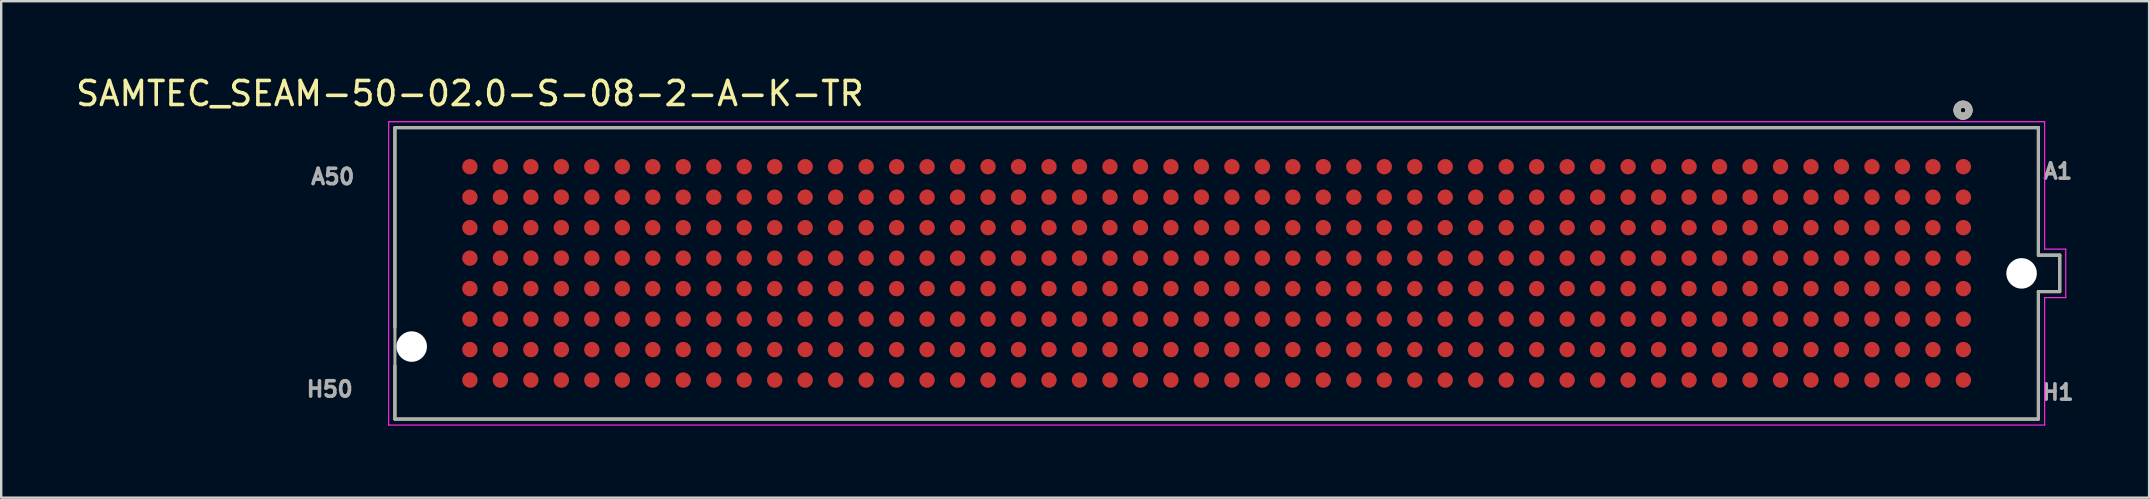
<source format=kicad_pcb>
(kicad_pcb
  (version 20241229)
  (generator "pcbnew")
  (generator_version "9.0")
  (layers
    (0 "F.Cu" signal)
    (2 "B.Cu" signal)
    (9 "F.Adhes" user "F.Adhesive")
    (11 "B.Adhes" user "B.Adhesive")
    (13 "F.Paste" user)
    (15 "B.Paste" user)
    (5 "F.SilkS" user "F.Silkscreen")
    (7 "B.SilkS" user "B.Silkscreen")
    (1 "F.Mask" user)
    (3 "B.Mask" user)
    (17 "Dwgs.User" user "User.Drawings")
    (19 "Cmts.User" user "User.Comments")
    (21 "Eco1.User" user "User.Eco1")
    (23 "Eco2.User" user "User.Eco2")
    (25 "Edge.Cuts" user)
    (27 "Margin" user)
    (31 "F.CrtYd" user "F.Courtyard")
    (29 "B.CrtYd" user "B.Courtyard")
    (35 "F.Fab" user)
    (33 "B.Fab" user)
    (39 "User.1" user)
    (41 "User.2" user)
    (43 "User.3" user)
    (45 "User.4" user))
  (footprint "SAMTEC_SEAM-50-02.0-S-08-2-A-K-TR"
    (layer "F.Cu")
    (at 47.645 8.341)
    (property "Reference" "SAMTEC_SEAM-50-02.0-S-08-2-A-K-TR" (at -31.115 -7.493 0) (layer "F.SilkS") (effects (font (size 1 1) (thickness 0.15))))
    (attr smd)
    (fp_line (start -34.24 -6.07) (end 34.24 -6.07) (stroke (width 0.127) (type solid)) (layer "F.SilkS"))
    (fp_line (start -34.24 2.25) (end -34.24 -6.07) (stroke (width 0.127) (type solid)) (layer "F.SilkS"))
    (fp_line (start -34.24 6.07) (end -34.24 3.85) (stroke (width 0.127) (type solid)) (layer "F.SilkS"))
    (fp_line (start 34.24 -6.07) (end 34.24 -0.76) (stroke (width 0.127) (type solid)) (layer "F.SilkS"))
    (fp_line (start 34.24 -0.76) (end 35.13 -0.76) (stroke (width 0.127) (type solid)) (layer "F.SilkS"))
    (fp_line (start 34.24 0.76) (end 34.24 6.07) (stroke (width 0.127) (type solid)) (layer "F.SilkS"))
    (fp_line (start 34.24 6.07) (end -34.24 6.07) (stroke (width 0.127) (type solid)) (layer "F.SilkS"))
    (fp_line (start 35.13 -0.76) (end 35.13 0.76) (stroke (width 0.127) (type solid)) (layer "F.SilkS"))
    (fp_line (start 35.13 0.76) (end 34.24 0.76) (stroke (width 0.127) (type solid)) (layer "F.SilkS"))
    (fp_circle (center 31.1 -6.8) (end 31.2 -6.8) (stroke (width 0.3) (type solid)) (fill no) (layer "F.SilkS"))
    (fp_circle (center -31.115 -4.445) (end -30.67 -4.445) (stroke (width 0) (type solid)) (fill yes) (layer "F.Paste"))
    (fp_circle (center -31.115 -3.175) (end -30.67 -3.175) (stroke (width 0) (type solid)) (fill yes) (layer "F.Paste"))
    (fp_circle (center -31.115 -1.905) (end -30.67 -1.905) (stroke (width 0) (type solid)) (fill yes) (layer "F.Paste"))
    (fp_circle (center -31.115 -0.635) (end -30.67 -0.635) (stroke (width 0) (type solid)) (fill yes) (layer "F.Paste"))
    (fp_circle (center -31.115 0.635) (end -30.67 0.635) (stroke (width 0) (type solid)) (fill yes) (layer "F.Paste"))
    (fp_circle (center -31.115 1.905) (end -30.67 1.905) (stroke (width 0) (type solid)) (fill yes) (layer "F.Paste"))
    (fp_circle (center -31.115 3.175) (end -30.67 3.175) (stroke (width 0) (type solid)) (fill yes) (layer "F.Paste"))
    (fp_circle (center -31.115 4.445) (end -30.67 4.445) (stroke (width 0) (type solid)) (fill yes) (layer "F.Paste"))
    (fp_circle (center -29.845 -4.445) (end -29.4 -4.445) (stroke (width 0) (type solid)) (fill yes) (layer "F.Paste"))
    (fp_circle (center -29.845 -3.175) (end -29.4 -3.175) (stroke (width 0) (type solid)) (fill yes) (layer "F.Paste"))
    (fp_circle (center -29.845 -1.905) (end -29.4 -1.905) (stroke (width 0) (type solid)) (fill yes) (layer "F.Paste"))
    (fp_circle (center -29.845 -0.635) (end -29.4 -0.635) (stroke (width 0) (type solid)) (fill yes) (layer "F.Paste"))
    (fp_circle (center -29.845 0.635) (end -29.4 0.635) (stroke (width 0) (type solid)) (fill yes) (layer "F.Paste"))
    (fp_circle (center -29.845 1.905) (end -29.4 1.905) (stroke (width 0) (type solid)) (fill yes) (layer "F.Paste"))
    (fp_circle (center -29.845 3.175) (end -29.4 3.175) (stroke (width 0) (type solid)) (fill yes) (layer "F.Paste"))
    (fp_circle (center -29.845 4.445) (end -29.4 4.445) (stroke (width 0) (type solid)) (fill yes) (layer "F.Paste"))
    (fp_circle (center -28.575 -4.445) (end -28.13 -4.445) (stroke (width 0) (type solid)) (fill yes) (layer "F.Paste"))
    (fp_circle (center -28.575 -3.175) (end -28.13 -3.175) (stroke (width 0) (type solid)) (fill yes) (layer "F.Paste"))
    (fp_circle (center -28.575 -1.905) (end -28.13 -1.905) (stroke (width 0) (type solid)) (fill yes) (layer "F.Paste"))
    (fp_circle (center -28.575 -0.635) (end -28.13 -0.635) (stroke (width 0) (type solid)) (fill yes) (layer "F.Paste"))
    (fp_circle (center -28.575 0.635) (end -28.13 0.635) (stroke (width 0) (type solid)) (fill yes) (layer "F.Paste"))
    (fp_circle (center -28.575 1.905) (end -28.13 1.905) (stroke (width 0) (type solid)) (fill yes) (layer "F.Paste"))
    (fp_circle (center -28.575 3.175) (end -28.13 3.175) (stroke (width 0) (type solid)) (fill yes) (layer "F.Paste"))
    (fp_circle (center -28.575 4.445) (end -28.13 4.445) (stroke (width 0) (type solid)) (fill yes) (layer "F.Paste"))
    (fp_circle (center -27.305 -4.445) (end -26.86 -4.445) (stroke (width 0) (type solid)) (fill yes) (layer "F.Paste"))
    (fp_circle (center -27.305 -3.175) (end -26.86 -3.175) (stroke (width 0) (type solid)) (fill yes) (layer "F.Paste"))
    (fp_circle (center -27.305 -1.905) (end -26.86 -1.905) (stroke (width 0) (type solid)) (fill yes) (layer "F.Paste"))
    (fp_circle (center -27.305 -0.635) (end -26.86 -0.635) (stroke (width 0) (type solid)) (fill yes) (layer "F.Paste"))
    (fp_circle (center -27.305 0.635) (end -26.86 0.635) (stroke (width 0) (type solid)) (fill yes) (layer "F.Paste"))
    (fp_circle (center -27.305 1.905) (end -26.86 1.905) (stroke (width 0) (type solid)) (fill yes) (layer "F.Paste"))
    (fp_circle (center -27.305 3.175) (end -26.86 3.175) (stroke (width 0) (type solid)) (fill yes) (layer "F.Paste"))
    (fp_circle (center -27.305 4.445) (end -26.86 4.445) (stroke (width 0) (type solid)) (fill yes) (layer "F.Paste"))
    (fp_circle (center -26.035 -4.445) (end -25.59 -4.445) (stroke (width 0) (type solid)) (fill yes) (layer "F.Paste"))
    (fp_circle (center -26.035 -3.175) (end -25.59 -3.175) (stroke (width 0) (type solid)) (fill yes) (layer "F.Paste"))
    (fp_circle (center -26.035 -1.905) (end -25.59 -1.905) (stroke (width 0) (type solid)) (fill yes) (layer "F.Paste"))
    (fp_circle (center -26.035 -0.635) (end -25.59 -0.635) (stroke (width 0) (type solid)) (fill yes) (layer "F.Paste"))
    (fp_circle (center -26.035 0.635) (end -25.59 0.635) (stroke (width 0) (type solid)) (fill yes) (layer "F.Paste"))
    (fp_circle (center -26.035 1.905) (end -25.59 1.905) (stroke (width 0) (type solid)) (fill yes) (layer "F.Paste"))
    (fp_circle (center -26.035 3.175) (end -25.59 3.175) (stroke (width 0) (type solid)) (fill yes) (layer "F.Paste"))
    (fp_circle (center -26.035 4.445) (end -25.59 4.445) (stroke (width 0) (type solid)) (fill yes) (layer "F.Paste"))
    (fp_circle (center -24.765 -4.445) (end -24.32 -4.445) (stroke (width 0) (type solid)) (fill yes) (layer "F.Paste"))
    (fp_circle (center -24.765 -3.175) (end -24.32 -3.175) (stroke (width 0) (type solid)) (fill yes) (layer "F.Paste"))
    (fp_circle (center -24.765 -1.905) (end -24.32 -1.905) (stroke (width 0) (type solid)) (fill yes) (layer "F.Paste"))
    (fp_circle (center -24.765 -0.635) (end -24.32 -0.635) (stroke (width 0) (type solid)) (fill yes) (layer "F.Paste"))
    (fp_circle (center -24.765 0.635) (end -24.32 0.635) (stroke (width 0) (type solid)) (fill yes) (layer "F.Paste"))
    (fp_circle (center -24.765 1.905) (end -24.32 1.905) (stroke (width 0) (type solid)) (fill yes) (layer "F.Paste"))
    (fp_circle (center -24.765 3.175) (end -24.32 3.175) (stroke (width 0) (type solid)) (fill yes) (layer "F.Paste"))
    (fp_circle (center -24.765 4.445) (end -24.32 4.445) (stroke (width 0) (type solid)) (fill yes) (layer "F.Paste"))
    (fp_circle (center -23.495 -4.445) (end -23.05 -4.445) (stroke (width 0) (type solid)) (fill yes) (layer "F.Paste"))
    (fp_circle (center -23.495 -3.175) (end -23.05 -3.175) (stroke (width 0) (type solid)) (fill yes) (layer "F.Paste"))
    (fp_circle (center -23.495 -1.905) (end -23.05 -1.905) (stroke (width 0) (type solid)) (fill yes) (layer "F.Paste"))
    (fp_circle (center -23.495 -0.635) (end -23.05 -0.635) (stroke (width 0) (type solid)) (fill yes) (layer "F.Paste"))
    (fp_circle (center -23.495 0.635) (end -23.05 0.635) (stroke (width 0) (type solid)) (fill yes) (layer "F.Paste"))
    (fp_circle (center -23.495 1.905) (end -23.05 1.905) (stroke (width 0) (type solid)) (fill yes) (layer "F.Paste"))
    (fp_circle (center -23.495 3.175) (end -23.05 3.175) (stroke (width 0) (type solid)) (fill yes) (layer "F.Paste"))
    (fp_circle (center -23.495 4.445) (end -23.05 4.445) (stroke (width 0) (type solid)) (fill yes) (layer "F.Paste"))
    (fp_circle (center -22.225 -4.445) (end -21.78 -4.445) (stroke (width 0) (type solid)) (fill yes) (layer "F.Paste"))
    (fp_circle (center -22.225 -3.175) (end -21.78 -3.175) (stroke (width 0) (type solid)) (fill yes) (layer "F.Paste"))
    (fp_circle (center -22.225 -1.905) (end -21.78 -1.905) (stroke (width 0) (type solid)) (fill yes) (layer "F.Paste"))
    (fp_circle (center -22.225 -0.635) (end -21.78 -0.635) (stroke (width 0) (type solid)) (fill yes) (layer "F.Paste"))
    (fp_circle (center -22.225 0.635) (end -21.78 0.635) (stroke (width 0) (type solid)) (fill yes) (layer "F.Paste"))
    (fp_circle (center -22.225 1.905) (end -21.78 1.905) (stroke (width 0) (type solid)) (fill yes) (layer "F.Paste"))
    (fp_circle (center -22.225 3.175) (end -21.78 3.175) (stroke (width 0) (type solid)) (fill yes) (layer "F.Paste"))
    (fp_circle (center -22.225 4.445) (end -21.78 4.445) (stroke (width 0) (type solid)) (fill yes) (layer "F.Paste"))
    (fp_circle (center -20.955 -4.445) (end -20.51 -4.445) (stroke (width 0) (type solid)) (fill yes) (layer "F.Paste"))
    (fp_circle (center -20.955 -3.175) (end -20.51 -3.175) (stroke (width 0) (type solid)) (fill yes) (layer "F.Paste"))
    (fp_circle (center -20.955 -1.905) (end -20.51 -1.905) (stroke (width 0) (type solid)) (fill yes) (layer "F.Paste"))
    (fp_circle (center -20.955 -0.635) (end -20.51 -0.635) (stroke (width 0) (type solid)) (fill yes) (layer "F.Paste"))
    (fp_circle (center -20.955 0.635) (end -20.51 0.635) (stroke (width 0) (type solid)) (fill yes) (layer "F.Paste"))
    (fp_circle (center -20.955 1.905) (end -20.51 1.905) (stroke (width 0) (type solid)) (fill yes) (layer "F.Paste"))
    (fp_circle (center -20.955 3.175) (end -20.51 3.175) (stroke (width 0) (type solid)) (fill yes) (layer "F.Paste"))
    (fp_circle (center -20.955 4.445) (end -20.51 4.445) (stroke (width 0) (type solid)) (fill yes) (layer "F.Paste"))
    (fp_circle (center -19.685 -4.445) (end -19.24 -4.445) (stroke (width 0) (type solid)) (fill yes) (layer "F.Paste"))
    (fp_circle (center -19.685 -3.175) (end -19.24 -3.175) (stroke (width 0) (type solid)) (fill yes) (layer "F.Paste"))
    (fp_circle (center -19.685 -1.905) (end -19.24 -1.905) (stroke (width 0) (type solid)) (fill yes) (layer "F.Paste"))
    (fp_circle (center -19.685 -0.635) (end -19.24 -0.635) (stroke (width 0) (type solid)) (fill yes) (layer "F.Paste"))
    (fp_circle (center -19.685 0.635) (end -19.24 0.635) (stroke (width 0) (type solid)) (fill yes) (layer "F.Paste"))
    (fp_circle (center -19.685 1.905) (end -19.24 1.905) (stroke (width 0) (type solid)) (fill yes) (layer "F.Paste"))
    (fp_circle (center -19.685 3.175) (end -19.24 3.175) (stroke (width 0) (type solid)) (fill yes) (layer "F.Paste"))
    (fp_circle (center -19.685 4.445) (end -19.24 4.445) (stroke (width 0) (type solid)) (fill yes) (layer "F.Paste"))
    (fp_circle (center -18.415 -4.445) (end -17.97 -4.445) (stroke (width 0) (type solid)) (fill yes) (layer "F.Paste"))
    (fp_circle (center -18.415 -3.175) (end -17.97 -3.175) (stroke (width 0) (type solid)) (fill yes) (layer "F.Paste"))
    (fp_circle (center -18.415 -1.905) (end -17.97 -1.905) (stroke (width 0) (type solid)) (fill yes) (layer "F.Paste"))
    (fp_circle (center -18.415 -0.635) (end -17.97 -0.635) (stroke (width 0) (type solid)) (fill yes) (layer "F.Paste"))
    (fp_circle (center -18.415 0.635) (end -17.97 0.635) (stroke (width 0) (type solid)) (fill yes) (layer "F.Paste"))
    (fp_circle (center -18.415 1.905) (end -17.97 1.905) (stroke (width 0) (type solid)) (fill yes) (layer "F.Paste"))
    (fp_circle (center -18.415 3.175) (end -17.97 3.175) (stroke (width 0) (type solid)) (fill yes) (layer "F.Paste"))
    (fp_circle (center -18.415 4.445) (end -17.97 4.445) (stroke (width 0) (type solid)) (fill yes) (layer "F.Paste"))
    (fp_circle (center -17.145 -4.445) (end -16.7 -4.445) (stroke (width 0) (type solid)) (fill yes) (layer "F.Paste"))
    (fp_circle (center -17.145 -3.175) (end -16.7 -3.175) (stroke (width 0) (type solid)) (fill yes) (layer "F.Paste"))
    (fp_circle (center -17.145 -1.905) (end -16.7 -1.905) (stroke (width 0) (type solid)) (fill yes) (layer "F.Paste"))
    (fp_circle (center -17.145 -0.635) (end -16.7 -0.635) (stroke (width 0) (type solid)) (fill yes) (layer "F.Paste"))
    (fp_circle (center -17.145 0.635) (end -16.7 0.635) (stroke (width 0) (type solid)) (fill yes) (layer "F.Paste"))
    (fp_circle (center -17.145 1.905) (end -16.7 1.905) (stroke (width 0) (type solid)) (fill yes) (layer "F.Paste"))
    (fp_circle (center -17.145 3.175) (end -16.7 3.175) (stroke (width 0) (type solid)) (fill yes) (layer "F.Paste"))
    (fp_circle (center -17.145 4.445) (end -16.7 4.445) (stroke (width 0) (type solid)) (fill yes) (layer "F.Paste"))
    (fp_circle (center -15.875 -4.445) (end -15.43 -4.445) (stroke (width 0) (type solid)) (fill yes) (layer "F.Paste"))
    (fp_circle (center -15.875 -3.175) (end -15.43 -3.175) (stroke (width 0) (type solid)) (fill yes) (layer "F.Paste"))
    (fp_circle (center -15.875 -1.905) (end -15.43 -1.905) (stroke (width 0) (type solid)) (fill yes) (layer "F.Paste"))
    (fp_circle (center -15.875 -0.635) (end -15.43 -0.635) (stroke (width 0) (type solid)) (fill yes) (layer "F.Paste"))
    (fp_circle (center -15.875 0.635) (end -15.43 0.635) (stroke (width 0) (type solid)) (fill yes) (layer "F.Paste"))
    (fp_circle (center -15.875 1.905) (end -15.43 1.905) (stroke (width 0) (type solid)) (fill yes) (layer "F.Paste"))
    (fp_circle (center -15.875 3.175) (end -15.43 3.175) (stroke (width 0) (type solid)) (fill yes) (layer "F.Paste"))
    (fp_circle (center -15.875 4.445) (end -15.43 4.445) (stroke (width 0) (type solid)) (fill yes) (layer "F.Paste"))
    (fp_circle (center -14.605 -4.445) (end -14.16 -4.445) (stroke (width 0) (type solid)) (fill yes) (layer "F.Paste"))
    (fp_circle (center -14.605 -3.175) (end -14.16 -3.175) (stroke (width 0) (type solid)) (fill yes) (layer "F.Paste"))
    (fp_circle (center -14.605 -1.905) (end -14.16 -1.905) (stroke (width 0) (type solid)) (fill yes) (layer "F.Paste"))
    (fp_circle (center -14.605 -0.635) (end -14.16 -0.635) (stroke (width 0) (type solid)) (fill yes) (layer "F.Paste"))
    (fp_circle (center -14.605 0.635) (end -14.16 0.635) (stroke (width 0) (type solid)) (fill yes) (layer "F.Paste"))
    (fp_circle (center -14.605 1.905) (end -14.16 1.905) (stroke (width 0) (type solid)) (fill yes) (layer "F.Paste"))
    (fp_circle (center -14.605 3.175) (end -14.16 3.175) (stroke (width 0) (type solid)) (fill yes) (layer "F.Paste"))
    (fp_circle (center -14.605 4.445) (end -14.16 4.445) (stroke (width 0) (type solid)) (fill yes) (layer "F.Paste"))
    (fp_circle (center -13.335 -4.445) (end -12.89 -4.445) (stroke (width 0) (type solid)) (fill yes) (layer "F.Paste"))
    (fp_circle (center -13.335 -3.175) (end -12.89 -3.175) (stroke (width 0) (type solid)) (fill yes) (layer "F.Paste"))
    (fp_circle (center -13.335 -1.905) (end -12.89 -1.905) (stroke (width 0) (type solid)) (fill yes) (layer "F.Paste"))
    (fp_circle (center -13.335 -0.635) (end -12.89 -0.635) (stroke (width 0) (type solid)) (fill yes) (layer "F.Paste"))
    (fp_circle (center -13.335 0.635) (end -12.89 0.635) (stroke (width 0) (type solid)) (fill yes) (layer "F.Paste"))
    (fp_circle (center -13.335 1.905) (end -12.89 1.905) (stroke (width 0) (type solid)) (fill yes) (layer "F.Paste"))
    (fp_circle (center -13.335 3.175) (end -12.89 3.175) (stroke (width 0) (type solid)) (fill yes) (layer "F.Paste"))
    (fp_circle (center -13.335 4.445) (end -12.89 4.445) (stroke (width 0) (type solid)) (fill yes) (layer "F.Paste"))
    (fp_circle (center -12.065 -4.445) (end -11.62 -4.445) (stroke (width 0) (type solid)) (fill yes) (layer "F.Paste"))
    (fp_circle (center -12.065 -3.175) (end -11.62 -3.175) (stroke (width 0) (type solid)) (fill yes) (layer "F.Paste"))
    (fp_circle (center -12.065 -1.905) (end -11.62 -1.905) (stroke (width 0) (type solid)) (fill yes) (layer "F.Paste"))
    (fp_circle (center -12.065 -0.635) (end -11.62 -0.635) (stroke (width 0) (type solid)) (fill yes) (layer "F.Paste"))
    (fp_circle (center -12.065 0.635) (end -11.62 0.635) (stroke (width 0) (type solid)) (fill yes) (layer "F.Paste"))
    (fp_circle (center -12.065 1.905) (end -11.62 1.905) (stroke (width 0) (type solid)) (fill yes) (layer "F.Paste"))
    (fp_circle (center -12.065 3.175) (end -11.62 3.175) (stroke (width 0) (type solid)) (fill yes) (layer "F.Paste"))
    (fp_circle (center -12.065 4.445) (end -11.62 4.445) (stroke (width 0) (type solid)) (fill yes) (layer "F.Paste"))
    (fp_circle (center -10.795 -4.445) (end -10.35 -4.445) (stroke (width 0) (type solid)) (fill yes) (layer "F.Paste"))
    (fp_circle (center -10.795 -3.175) (end -10.35 -3.175) (stroke (width 0) (type solid)) (fill yes) (layer "F.Paste"))
    (fp_circle (center -10.795 -1.905) (end -10.35 -1.905) (stroke (width 0) (type solid)) (fill yes) (layer "F.Paste"))
    (fp_circle (center -10.795 -0.635) (end -10.35 -0.635) (stroke (width 0) (type solid)) (fill yes) (layer "F.Paste"))
    (fp_circle (center -10.795 0.635) (end -10.35 0.635) (stroke (width 0) (type solid)) (fill yes) (layer "F.Paste"))
    (fp_circle (center -10.795 1.905) (end -10.35 1.905) (stroke (width 0) (type solid)) (fill yes) (layer "F.Paste"))
    (fp_circle (center -10.795 3.175) (end -10.35 3.175) (stroke (width 0) (type solid)) (fill yes) (layer "F.Paste"))
    (fp_circle (center -10.795 4.445) (end -10.35 4.445) (stroke (width 0) (type solid)) (fill yes) (layer "F.Paste"))
    (fp_circle (center -9.525 -4.445) (end -9.08 -4.445) (stroke (width 0) (type solid)) (fill yes) (layer "F.Paste"))
    (fp_circle (center -9.525 -3.175) (end -9.08 -3.175) (stroke (width 0) (type solid)) (fill yes) (layer "F.Paste"))
    (fp_circle (center -9.525 -1.905) (end -9.08 -1.905) (stroke (width 0) (type solid)) (fill yes) (layer "F.Paste"))
    (fp_circle (center -9.525 -0.635) (end -9.08 -0.635) (stroke (width 0) (type solid)) (fill yes) (layer "F.Paste"))
    (fp_circle (center -9.525 0.635) (end -9.08 0.635) (stroke (width 0) (type solid)) (fill yes) (layer "F.Paste"))
    (fp_circle (center -9.525 1.905) (end -9.08 1.905) (stroke (width 0) (type solid)) (fill yes) (layer "F.Paste"))
    (fp_circle (center -9.525 3.175) (end -9.08 3.175) (stroke (width 0) (type solid)) (fill yes) (layer "F.Paste"))
    (fp_circle (center -9.525 4.445) (end -9.08 4.445) (stroke (width 0) (type solid)) (fill yes) (layer "F.Paste"))
    (fp_circle (center -8.255 -4.445) (end -7.81 -4.445) (stroke (width 0) (type solid)) (fill yes) (layer "F.Paste"))
    (fp_circle (center -8.255 -3.175) (end -7.81 -3.175) (stroke (width 0) (type solid)) (fill yes) (layer "F.Paste"))
    (fp_circle (center -8.255 -1.905) (end -7.81 -1.905) (stroke (width 0) (type solid)) (fill yes) (layer "F.Paste"))
    (fp_circle (center -8.255 -0.635) (end -7.81 -0.635) (stroke (width 0) (type solid)) (fill yes) (layer "F.Paste"))
    (fp_circle (center -8.255 0.635) (end -7.81 0.635) (stroke (width 0) (type solid)) (fill yes) (layer "F.Paste"))
    (fp_circle (center -8.255 1.905) (end -7.81 1.905) (stroke (width 0) (type solid)) (fill yes) (layer "F.Paste"))
    (fp_circle (center -8.255 3.175) (end -7.81 3.175) (stroke (width 0) (type solid)) (fill yes) (layer "F.Paste"))
    (fp_circle (center -8.255 4.445) (end -7.81 4.445) (stroke (width 0) (type solid)) (fill yes) (layer "F.Paste"))
    (fp_circle (center -6.985 -4.445) (end -6.54 -4.445) (stroke (width 0) (type solid)) (fill yes) (layer "F.Paste"))
    (fp_circle (center -6.985 -3.175) (end -6.54 -3.175) (stroke (width 0) (type solid)) (fill yes) (layer "F.Paste"))
    (fp_circle (center -6.985 -1.905) (end -6.54 -1.905) (stroke (width 0) (type solid)) (fill yes) (layer "F.Paste"))
    (fp_circle (center -6.985 -0.635) (end -6.54 -0.635) (stroke (width 0) (type solid)) (fill yes) (layer "F.Paste"))
    (fp_circle (center -6.985 0.635) (end -6.54 0.635) (stroke (width 0) (type solid)) (fill yes) (layer "F.Paste"))
    (fp_circle (center -6.985 1.905) (end -6.54 1.905) (stroke (width 0) (type solid)) (fill yes) (layer "F.Paste"))
    (fp_circle (center -6.985 3.175) (end -6.54 3.175) (stroke (width 0) (type solid)) (fill yes) (layer "F.Paste"))
    (fp_circle (center -6.985 4.445) (end -6.54 4.445) (stroke (width 0) (type solid)) (fill yes) (layer "F.Paste"))
    (fp_circle (center -5.715 -4.445) (end -5.27 -4.445) (stroke (width 0) (type solid)) (fill yes) (layer "F.Paste"))
    (fp_circle (center -5.715 -3.175) (end -5.27 -3.175) (stroke (width 0) (type solid)) (fill yes) (layer "F.Paste"))
    (fp_circle (center -5.715 -1.905) (end -5.27 -1.905) (stroke (width 0) (type solid)) (fill yes) (layer "F.Paste"))
    (fp_circle (center -5.715 -0.635) (end -5.27 -0.635) (stroke (width 0) (type solid)) (fill yes) (layer "F.Paste"))
    (fp_circle (center -5.715 0.635) (end -5.27 0.635) (stroke (width 0) (type solid)) (fill yes) (layer "F.Paste"))
    (fp_circle (center -5.715 1.905) (end -5.27 1.905) (stroke (width 0) (type solid)) (fill yes) (layer "F.Paste"))
    (fp_circle (center -5.715 3.175) (end -5.27 3.175) (stroke (width 0) (type solid)) (fill yes) (layer "F.Paste"))
    (fp_circle (center -5.715 4.445) (end -5.27 4.445) (stroke (width 0) (type solid)) (fill yes) (layer "F.Paste"))
    (fp_circle (center -4.445 -4.445) (end -4 -4.445) (stroke (width 0) (type solid)) (fill yes) (layer "F.Paste"))
    (fp_circle (center -4.445 -3.175) (end -4 -3.175) (stroke (width 0) (type solid)) (fill yes) (layer "F.Paste"))
    (fp_circle (center -4.445 -1.905) (end -4 -1.905) (stroke (width 0) (type solid)) (fill yes) (layer "F.Paste"))
    (fp_circle (center -4.445 -0.635) (end -4 -0.635) (stroke (width 0) (type solid)) (fill yes) (layer "F.Paste"))
    (fp_circle (center -4.445 0.635) (end -4 0.635) (stroke (width 0) (type solid)) (fill yes) (layer "F.Paste"))
    (fp_circle (center -4.445 1.905) (end -4 1.905) (stroke (width 0) (type solid)) (fill yes) (layer "F.Paste"))
    (fp_circle (center -4.445 3.175) (end -4 3.175) (stroke (width 0) (type solid)) (fill yes) (layer "F.Paste"))
    (fp_circle (center -4.445 4.445) (end -4 4.445) (stroke (width 0) (type solid)) (fill yes) (layer "F.Paste"))
    (fp_circle (center -3.175 -4.445) (end -2.73 -4.445) (stroke (width 0) (type solid)) (fill yes) (layer "F.Paste"))
    (fp_circle (center -3.175 -3.175) (end -2.73 -3.175) (stroke (width 0) (type solid)) (fill yes) (layer "F.Paste"))
    (fp_circle (center -3.175 -1.905) (end -2.73 -1.905) (stroke (width 0) (type solid)) (fill yes) (layer "F.Paste"))
    (fp_circle (center -3.175 -0.635) (end -2.73 -0.635) (stroke (width 0) (type solid)) (fill yes) (layer "F.Paste"))
    (fp_circle (center -3.175 0.635) (end -2.73 0.635) (stroke (width 0) (type solid)) (fill yes) (layer "F.Paste"))
    (fp_circle (center -3.175 1.905) (end -2.73 1.905) (stroke (width 0) (type solid)) (fill yes) (layer "F.Paste"))
    (fp_circle (center -3.175 3.175) (end -2.73 3.175) (stroke (width 0) (type solid)) (fill yes) (layer "F.Paste"))
    (fp_circle (center -3.175 4.445) (end -2.73 4.445) (stroke (width 0) (type solid)) (fill yes) (layer "F.Paste"))
    (fp_circle (center -1.905 -4.445) (end -1.46 -4.445) (stroke (width 0) (type solid)) (fill yes) (layer "F.Paste"))
    (fp_circle (center -1.905 -3.175) (end -1.46 -3.175) (stroke (width 0) (type solid)) (fill yes) (layer "F.Paste"))
    (fp_circle (center -1.905 -1.905) (end -1.46 -1.905) (stroke (width 0) (type solid)) (fill yes) (layer "F.Paste"))
    (fp_circle (center -1.905 -0.635) (end -1.46 -0.635) (stroke (width 0) (type solid)) (fill yes) (layer "F.Paste"))
    (fp_circle (center -1.905 0.635) (end -1.46 0.635) (stroke (width 0) (type solid)) (fill yes) (layer "F.Paste"))
    (fp_circle (center -1.905 1.905) (end -1.46 1.905) (stroke (width 0) (type solid)) (fill yes) (layer "F.Paste"))
    (fp_circle (center -1.905 3.175) (end -1.46 3.175) (stroke (width 0) (type solid)) (fill yes) (layer "F.Paste"))
    (fp_circle (center -1.905 4.445) (end -1.46 4.445) (stroke (width 0) (type solid)) (fill yes) (layer "F.Paste"))
    (fp_circle (center -0.635 -4.445) (end -0.19 -4.445) (stroke (width 0) (type solid)) (fill yes) (layer "F.Paste"))
    (fp_circle (center -0.635 -3.175) (end -0.19 -3.175) (stroke (width 0) (type solid)) (fill yes) (layer "F.Paste"))
    (fp_circle (center -0.635 -1.905) (end -0.19 -1.905) (stroke (width 0) (type solid)) (fill yes) (layer "F.Paste"))
    (fp_circle (center -0.635 -0.635) (end -0.19 -0.635) (stroke (width 0) (type solid)) (fill yes) (layer "F.Paste"))
    (fp_circle (center -0.635 0.635) (end -0.19 0.635) (stroke (width 0) (type solid)) (fill yes) (layer "F.Paste"))
    (fp_circle (center -0.635 1.905) (end -0.19 1.905) (stroke (width 0) (type solid)) (fill yes) (layer "F.Paste"))
    (fp_circle (center -0.635 3.175) (end -0.19 3.175) (stroke (width 0) (type solid)) (fill yes) (layer "F.Paste"))
    (fp_circle (center -0.635 4.445) (end -0.19 4.445) (stroke (width 0) (type solid)) (fill yes) (layer "F.Paste"))
    (fp_circle (center 0.635 -4.445) (end 1.08 -4.445) (stroke (width 0) (type solid)) (fill yes) (layer "F.Paste"))
    (fp_circle (center 0.635 -3.175) (end 1.08 -3.175) (stroke (width 0) (type solid)) (fill yes) (layer "F.Paste"))
    (fp_circle (center 0.635 -1.905) (end 1.08 -1.905) (stroke (width 0) (type solid)) (fill yes) (layer "F.Paste"))
    (fp_circle (center 0.635 -0.635) (end 1.08 -0.635) (stroke (width 0) (type solid)) (fill yes) (layer "F.Paste"))
    (fp_circle (center 0.635 0.635) (end 1.08 0.635) (stroke (width 0) (type solid)) (fill yes) (layer "F.Paste"))
    (fp_circle (center 0.635 1.905) (end 1.08 1.905) (stroke (width 0) (type solid)) (fill yes) (layer "F.Paste"))
    (fp_circle (center 0.635 3.175) (end 1.08 3.175) (stroke (width 0) (type solid)) (fill yes) (layer "F.Paste"))
    (fp_circle (center 0.635 4.445) (end 1.08 4.445) (stroke (width 0) (type solid)) (fill yes) (layer "F.Paste"))
    (fp_circle (center 1.905 -4.445) (end 2.35 -4.445) (stroke (width 0) (type solid)) (fill yes) (layer "F.Paste"))
    (fp_circle (center 1.905 -3.175) (end 2.35 -3.175) (stroke (width 0) (type solid)) (fill yes) (layer "F.Paste"))
    (fp_circle (center 1.905 -1.905) (end 2.35 -1.905) (stroke (width 0) (type solid)) (fill yes) (layer "F.Paste"))
    (fp_circle (center 1.905 -0.635) (end 2.35 -0.635) (stroke (width 0) (type solid)) (fill yes) (layer "F.Paste"))
    (fp_circle (center 1.905 0.635) (end 2.35 0.635) (stroke (width 0) (type solid)) (fill yes) (layer "F.Paste"))
    (fp_circle (center 1.905 1.905) (end 2.35 1.905) (stroke (width 0) (type solid)) (fill yes) (layer "F.Paste"))
    (fp_circle (center 1.905 3.175) (end 2.35 3.175) (stroke (width 0) (type solid)) (fill yes) (layer "F.Paste"))
    (fp_circle (center 1.905 4.445) (end 2.35 4.445) (stroke (width 0) (type solid)) (fill yes) (layer "F.Paste"))
    (fp_circle (center 3.175 -4.445) (end 3.62 -4.445) (stroke (width 0) (type solid)) (fill yes) (layer "F.Paste"))
    (fp_circle (center 3.175 -3.175) (end 3.62 -3.175) (stroke (width 0) (type solid)) (fill yes) (layer "F.Paste"))
    (fp_circle (center 3.175 -1.905) (end 3.62 -1.905) (stroke (width 0) (type solid)) (fill yes) (layer "F.Paste"))
    (fp_circle (center 3.175 -0.635) (end 3.62 -0.635) (stroke (width 0) (type solid)) (fill yes) (layer "F.Paste"))
    (fp_circle (center 3.175 0.635) (end 3.62 0.635) (stroke (width 0) (type solid)) (fill yes) (layer "F.Paste"))
    (fp_circle (center 3.175 1.905) (end 3.62 1.905) (stroke (width 0) (type solid)) (fill yes) (layer "F.Paste"))
    (fp_circle (center 3.175 3.175) (end 3.62 3.175) (stroke (width 0) (type solid)) (fill yes) (layer "F.Paste"))
    (fp_circle (center 3.175 4.445) (end 3.62 4.445) (stroke (width 0) (type solid)) (fill yes) (layer "F.Paste"))
    (fp_circle (center 4.445 -4.445) (end 4.89 -4.445) (stroke (width 0) (type solid)) (fill yes) (layer "F.Paste"))
    (fp_circle (center 4.445 -3.175) (end 4.89 -3.175) (stroke (width 0) (type solid)) (fill yes) (layer "F.Paste"))
    (fp_circle (center 4.445 -1.905) (end 4.89 -1.905) (stroke (width 0) (type solid)) (fill yes) (layer "F.Paste"))
    (fp_circle (center 4.445 -0.635) (end 4.89 -0.635) (stroke (width 0) (type solid)) (fill yes) (layer "F.Paste"))
    (fp_circle (center 4.445 0.635) (end 4.89 0.635) (stroke (width 0) (type solid)) (fill yes) (layer "F.Paste"))
    (fp_circle (center 4.445 1.905) (end 4.89 1.905) (stroke (width 0) (type solid)) (fill yes) (layer "F.Paste"))
    (fp_circle (center 4.445 3.175) (end 4.89 3.175) (stroke (width 0) (type solid)) (fill yes) (layer "F.Paste"))
    (fp_circle (center 4.445 4.445) (end 4.89 4.445) (stroke (width 0) (type solid)) (fill yes) (layer "F.Paste"))
    (fp_circle (center 5.715 -4.445) (end 6.16 -4.445) (stroke (width 0) (type solid)) (fill yes) (layer "F.Paste"))
    (fp_circle (center 5.715 -3.175) (end 6.16 -3.175) (stroke (width 0) (type solid)) (fill yes) (layer "F.Paste"))
    (fp_circle (center 5.715 -1.905) (end 6.16 -1.905) (stroke (width 0) (type solid)) (fill yes) (layer "F.Paste"))
    (fp_circle (center 5.715 -0.635) (end 6.16 -0.635) (stroke (width 0) (type solid)) (fill yes) (layer "F.Paste"))
    (fp_circle (center 5.715 0.635) (end 6.16 0.635) (stroke (width 0) (type solid)) (fill yes) (layer "F.Paste"))
    (fp_circle (center 5.715 1.905) (end 6.16 1.905) (stroke (width 0) (type solid)) (fill yes) (layer "F.Paste"))
    (fp_circle (center 5.715 3.175) (end 6.16 3.175) (stroke (width 0) (type solid)) (fill yes) (layer "F.Paste"))
    (fp_circle (center 5.715 4.445) (end 6.16 4.445) (stroke (width 0) (type solid)) (fill yes) (layer "F.Paste"))
    (fp_circle (center 6.985 -4.445) (end 7.43 -4.445) (stroke (width 0) (type solid)) (fill yes) (layer "F.Paste"))
    (fp_circle (center 6.985 -3.175) (end 7.43 -3.175) (stroke (width 0) (type solid)) (fill yes) (layer "F.Paste"))
    (fp_circle (center 6.985 -1.905) (end 7.43 -1.905) (stroke (width 0) (type solid)) (fill yes) (layer "F.Paste"))
    (fp_circle (center 6.985 -0.635) (end 7.43 -0.635) (stroke (width 0) (type solid)) (fill yes) (layer "F.Paste"))
    (fp_circle (center 6.985 0.635) (end 7.43 0.635) (stroke (width 0) (type solid)) (fill yes) (layer "F.Paste"))
    (fp_circle (center 6.985 1.905) (end 7.43 1.905) (stroke (width 0) (type solid)) (fill yes) (layer "F.Paste"))
    (fp_circle (center 6.985 3.175) (end 7.43 3.175) (stroke (width 0) (type solid)) (fill yes) (layer "F.Paste"))
    (fp_circle (center 6.985 4.445) (end 7.43 4.445) (stroke (width 0) (type solid)) (fill yes) (layer "F.Paste"))
    (fp_circle (center 8.255 -4.445) (end 8.7 -4.445) (stroke (width 0) (type solid)) (fill yes) (layer "F.Paste"))
    (fp_circle (center 8.255 -3.175) (end 8.7 -3.175) (stroke (width 0) (type solid)) (fill yes) (layer "F.Paste"))
    (fp_circle (center 8.255 -1.905) (end 8.7 -1.905) (stroke (width 0) (type solid)) (fill yes) (layer "F.Paste"))
    (fp_circle (center 8.255 -0.635) (end 8.7 -0.635) (stroke (width 0) (type solid)) (fill yes) (layer "F.Paste"))
    (fp_circle (center 8.255 0.635) (end 8.7 0.635) (stroke (width 0) (type solid)) (fill yes) (layer "F.Paste"))
    (fp_circle (center 8.255 1.905) (end 8.7 1.905) (stroke (width 0) (type solid)) (fill yes) (layer "F.Paste"))
    (fp_circle (center 8.255 3.175) (end 8.7 3.175) (stroke (width 0) (type solid)) (fill yes) (layer "F.Paste"))
    (fp_circle (center 8.255 4.445) (end 8.7 4.445) (stroke (width 0) (type solid)) (fill yes) (layer "F.Paste"))
    (fp_circle (center 9.525 -4.445) (end 9.97 -4.445) (stroke (width 0) (type solid)) (fill yes) (layer "F.Paste"))
    (fp_circle (center 9.525 -3.175) (end 9.97 -3.175) (stroke (width 0) (type solid)) (fill yes) (layer "F.Paste"))
    (fp_circle (center 9.525 -1.905) (end 9.97 -1.905) (stroke (width 0) (type solid)) (fill yes) (layer "F.Paste"))
    (fp_circle (center 9.525 -0.635) (end 9.97 -0.635) (stroke (width 0) (type solid)) (fill yes) (layer "F.Paste"))
    (fp_circle (center 9.525 0.635) (end 9.97 0.635) (stroke (width 0) (type solid)) (fill yes) (layer "F.Paste"))
    (fp_circle (center 9.525 1.905) (end 9.97 1.905) (stroke (width 0) (type solid)) (fill yes) (layer "F.Paste"))
    (fp_circle (center 9.525 3.175) (end 9.97 3.175) (stroke (width 0) (type solid)) (fill yes) (layer "F.Paste"))
    (fp_circle (center 9.525 4.445) (end 9.97 4.445) (stroke (width 0) (type solid)) (fill yes) (layer "F.Paste"))
    (fp_circle (center 10.795 -4.445) (end 11.24 -4.445) (stroke (width 0) (type solid)) (fill yes) (layer "F.Paste"))
    (fp_circle (center 10.795 -3.175) (end 11.24 -3.175) (stroke (width 0) (type solid)) (fill yes) (layer "F.Paste"))
    (fp_circle (center 10.795 -1.905) (end 11.24 -1.905) (stroke (width 0) (type solid)) (fill yes) (layer "F.Paste"))
    (fp_circle (center 10.795 -0.635) (end 11.24 -0.635) (stroke (width 0) (type solid)) (fill yes) (layer "F.Paste"))
    (fp_circle (center 10.795 0.635) (end 11.24 0.635) (stroke (width 0) (type solid)) (fill yes) (layer "F.Paste"))
    (fp_circle (center 10.795 1.905) (end 11.24 1.905) (stroke (width 0) (type solid)) (fill yes) (layer "F.Paste"))
    (fp_circle (center 10.795 3.175) (end 11.24 3.175) (stroke (width 0) (type solid)) (fill yes) (layer "F.Paste"))
    (fp_circle (center 10.795 4.445) (end 11.24 4.445) (stroke (width 0) (type solid)) (fill yes) (layer "F.Paste"))
    (fp_circle (center 12.065 -4.445) (end 12.51 -4.445) (stroke (width 0) (type solid)) (fill yes) (layer "F.Paste"))
    (fp_circle (center 12.065 -3.175) (end 12.51 -3.175) (stroke (width 0) (type solid)) (fill yes) (layer "F.Paste"))
    (fp_circle (center 12.065 -1.905) (end 12.51 -1.905) (stroke (width 0) (type solid)) (fill yes) (layer "F.Paste"))
    (fp_circle (center 12.065 -0.635) (end 12.51 -0.635) (stroke (width 0) (type solid)) (fill yes) (layer "F.Paste"))
    (fp_circle (center 12.065 0.635) (end 12.51 0.635) (stroke (width 0) (type solid)) (fill yes) (layer "F.Paste"))
    (fp_circle (center 12.065 1.905) (end 12.51 1.905) (stroke (width 0) (type solid)) (fill yes) (layer "F.Paste"))
    (fp_circle (center 12.065 3.175) (end 12.51 3.175) (stroke (width 0) (type solid)) (fill yes) (layer "F.Paste"))
    (fp_circle (center 12.065 4.445) (end 12.51 4.445) (stroke (width 0) (type solid)) (fill yes) (layer "F.Paste"))
    (fp_circle (center 13.335 -4.445) (end 13.78 -4.445) (stroke (width 0) (type solid)) (fill yes) (layer "F.Paste"))
    (fp_circle (center 13.335 -3.175) (end 13.78 -3.175) (stroke (width 0) (type solid)) (fill yes) (layer "F.Paste"))
    (fp_circle (center 13.335 -1.905) (end 13.78 -1.905) (stroke (width 0) (type solid)) (fill yes) (layer "F.Paste"))
    (fp_circle (center 13.335 -0.635) (end 13.78 -0.635) (stroke (width 0) (type solid)) (fill yes) (layer "F.Paste"))
    (fp_circle (center 13.335 0.635) (end 13.78 0.635) (stroke (width 0) (type solid)) (fill yes) (layer "F.Paste"))
    (fp_circle (center 13.335 1.905) (end 13.78 1.905) (stroke (width 0) (type solid)) (fill yes) (layer "F.Paste"))
    (fp_circle (center 13.335 3.175) (end 13.78 3.175) (stroke (width 0) (type solid)) (fill yes) (layer "F.Paste"))
    (fp_circle (center 13.335 4.445) (end 13.78 4.445) (stroke (width 0) (type solid)) (fill yes) (layer "F.Paste"))
    (fp_circle (center 14.605 -4.445) (end 15.05 -4.445) (stroke (width 0) (type solid)) (fill yes) (layer "F.Paste"))
    (fp_circle (center 14.605 -3.175) (end 15.05 -3.175) (stroke (width 0) (type solid)) (fill yes) (layer "F.Paste"))
    (fp_circle (center 14.605 -1.905) (end 15.05 -1.905) (stroke (width 0) (type solid)) (fill yes) (layer "F.Paste"))
    (fp_circle (center 14.605 -0.635) (end 15.05 -0.635) (stroke (width 0) (type solid)) (fill yes) (layer "F.Paste"))
    (fp_circle (center 14.605 0.635) (end 15.05 0.635) (stroke (width 0) (type solid)) (fill yes) (layer "F.Paste"))
    (fp_circle (center 14.605 1.905) (end 15.05 1.905) (stroke (width 0) (type solid)) (fill yes) (layer "F.Paste"))
    (fp_circle (center 14.605 3.175) (end 15.05 3.175) (stroke (width 0) (type solid)) (fill yes) (layer "F.Paste"))
    (fp_circle (center 14.605 4.445) (end 15.05 4.445) (stroke (width 0) (type solid)) (fill yes) (layer "F.Paste"))
    (fp_circle (center 15.875 -4.445) (end 16.32 -4.445) (stroke (width 0) (type solid)) (fill yes) (layer "F.Paste"))
    (fp_circle (center 15.875 -3.175) (end 16.32 -3.175) (stroke (width 0) (type solid)) (fill yes) (layer "F.Paste"))
    (fp_circle (center 15.875 -1.905) (end 16.32 -1.905) (stroke (width 0) (type solid)) (fill yes) (layer "F.Paste"))
    (fp_circle (center 15.875 -0.635) (end 16.32 -0.635) (stroke (width 0) (type solid)) (fill yes) (layer "F.Paste"))
    (fp_circle (center 15.875 0.635) (end 16.32 0.635) (stroke (width 0) (type solid)) (fill yes) (layer "F.Paste"))
    (fp_circle (center 15.875 1.905) (end 16.32 1.905) (stroke (width 0) (type solid)) (fill yes) (layer "F.Paste"))
    (fp_circle (center 15.875 3.175) (end 16.32 3.175) (stroke (width 0) (type solid)) (fill yes) (layer "F.Paste"))
    (fp_circle (center 15.875 4.445) (end 16.32 4.445) (stroke (width 0) (type solid)) (fill yes) (layer "F.Paste"))
    (fp_circle (center 17.145 -4.445) (end 17.59 -4.445) (stroke (width 0) (type solid)) (fill yes) (layer "F.Paste"))
    (fp_circle (center 17.145 -3.175) (end 17.59 -3.175) (stroke (width 0) (type solid)) (fill yes) (layer "F.Paste"))
    (fp_circle (center 17.145 -1.905) (end 17.59 -1.905) (stroke (width 0) (type solid)) (fill yes) (layer "F.Paste"))
    (fp_circle (center 17.145 -0.635) (end 17.59 -0.635) (stroke (width 0) (type solid)) (fill yes) (layer "F.Paste"))
    (fp_circle (center 17.145 0.635) (end 17.59 0.635) (stroke (width 0) (type solid)) (fill yes) (layer "F.Paste"))
    (fp_circle (center 17.145 1.905) (end 17.59 1.905) (stroke (width 0) (type solid)) (fill yes) (layer "F.Paste"))
    (fp_circle (center 17.145 3.175) (end 17.59 3.175) (stroke (width 0) (type solid)) (fill yes) (layer "F.Paste"))
    (fp_circle (center 17.145 4.445) (end 17.59 4.445) (stroke (width 0) (type solid)) (fill yes) (layer "F.Paste"))
    (fp_circle (center 18.415 -4.445) (end 18.86 -4.445) (stroke (width 0) (type solid)) (fill yes) (layer "F.Paste"))
    (fp_circle (center 18.415 -3.175) (end 18.86 -3.175) (stroke (width 0) (type solid)) (fill yes) (layer "F.Paste"))
    (fp_circle (center 18.415 -1.905) (end 18.86 -1.905) (stroke (width 0) (type solid)) (fill yes) (layer "F.Paste"))
    (fp_circle (center 18.415 -0.635) (end 18.86 -0.635) (stroke (width 0) (type solid)) (fill yes) (layer "F.Paste"))
    (fp_circle (center 18.415 0.635) (end 18.86 0.635) (stroke (width 0) (type solid)) (fill yes) (layer "F.Paste"))
    (fp_circle (center 18.415 1.905) (end 18.86 1.905) (stroke (width 0) (type solid)) (fill yes) (layer "F.Paste"))
    (fp_circle (center 18.415 3.175) (end 18.86 3.175) (stroke (width 0) (type solid)) (fill yes) (layer "F.Paste"))
    (fp_circle (center 18.415 4.445) (end 18.86 4.445) (stroke (width 0) (type solid)) (fill yes) (layer "F.Paste"))
    (fp_circle (center 19.685 -4.445) (end 20.13 -4.445) (stroke (width 0) (type solid)) (fill yes) (layer "F.Paste"))
    (fp_circle (center 19.685 -3.175) (end 20.13 -3.175) (stroke (width 0) (type solid)) (fill yes) (layer "F.Paste"))
    (fp_circle (center 19.685 -1.905) (end 20.13 -1.905) (stroke (width 0) (type solid)) (fill yes) (layer "F.Paste"))
    (fp_circle (center 19.685 -0.635) (end 20.13 -0.635) (stroke (width 0) (type solid)) (fill yes) (layer "F.Paste"))
    (fp_circle (center 19.685 0.635) (end 20.13 0.635) (stroke (width 0) (type solid)) (fill yes) (layer "F.Paste"))
    (fp_circle (center 19.685 1.905) (end 20.13 1.905) (stroke (width 0) (type solid)) (fill yes) (layer "F.Paste"))
    (fp_circle (center 19.685 3.175) (end 20.13 3.175) (stroke (width 0) (type solid)) (fill yes) (layer "F.Paste"))
    (fp_circle (center 19.685 4.445) (end 20.13 4.445) (stroke (width 0) (type solid)) (fill yes) (layer "F.Paste"))
    (fp_circle (center 20.955 -4.445) (end 21.4 -4.445) (stroke (width 0) (type solid)) (fill yes) (layer "F.Paste"))
    (fp_circle (center 20.955 -3.175) (end 21.4 -3.175) (stroke (width 0) (type solid)) (fill yes) (layer "F.Paste"))
    (fp_circle (center 20.955 -1.905) (end 21.4 -1.905) (stroke (width 0) (type solid)) (fill yes) (layer "F.Paste"))
    (fp_circle (center 20.955 -0.635) (end 21.4 -0.635) (stroke (width 0) (type solid)) (fill yes) (layer "F.Paste"))
    (fp_circle (center 20.955 0.635) (end 21.4 0.635) (stroke (width 0) (type solid)) (fill yes) (layer "F.Paste"))
    (fp_circle (center 20.955 1.905) (end 21.4 1.905) (stroke (width 0) (type solid)) (fill yes) (layer "F.Paste"))
    (fp_circle (center 20.955 3.175) (end 21.4 3.175) (stroke (width 0) (type solid)) (fill yes) (layer "F.Paste"))
    (fp_circle (center 20.955 4.445) (end 21.4 4.445) (stroke (width 0) (type solid)) (fill yes) (layer "F.Paste"))
    (fp_circle (center 22.225 -4.445) (end 22.67 -4.445) (stroke (width 0) (type solid)) (fill yes) (layer "F.Paste"))
    (fp_circle (center 22.225 -3.175) (end 22.67 -3.175) (stroke (width 0) (type solid)) (fill yes) (layer "F.Paste"))
    (fp_circle (center 22.225 -1.905) (end 22.67 -1.905) (stroke (width 0) (type solid)) (fill yes) (layer "F.Paste"))
    (fp_circle (center 22.225 -0.635) (end 22.67 -0.635) (stroke (width 0) (type solid)) (fill yes) (layer "F.Paste"))
    (fp_circle (center 22.225 0.635) (end 22.67 0.635) (stroke (width 0) (type solid)) (fill yes) (layer "F.Paste"))
    (fp_circle (center 22.225 1.905) (end 22.67 1.905) (stroke (width 0) (type solid)) (fill yes) (layer "F.Paste"))
    (fp_circle (center 22.225 3.175) (end 22.67 3.175) (stroke (width 0) (type solid)) (fill yes) (layer "F.Paste"))
    (fp_circle (center 22.225 4.445) (end 22.67 4.445) (stroke (width 0) (type solid)) (fill yes) (layer "F.Paste"))
    (fp_circle (center 23.495 -4.445) (end 23.94 -4.445) (stroke (width 0) (type solid)) (fill yes) (layer "F.Paste"))
    (fp_circle (center 23.495 -3.175) (end 23.94 -3.175) (stroke (width 0) (type solid)) (fill yes) (layer "F.Paste"))
    (fp_circle (center 23.495 -1.905) (end 23.94 -1.905) (stroke (width 0) (type solid)) (fill yes) (layer "F.Paste"))
    (fp_circle (center 23.495 -0.635) (end 23.94 -0.635) (stroke (width 0) (type solid)) (fill yes) (layer "F.Paste"))
    (fp_circle (center 23.495 0.635) (end 23.94 0.635) (stroke (width 0) (type solid)) (fill yes) (layer "F.Paste"))
    (fp_circle (center 23.495 1.905) (end 23.94 1.905) (stroke (width 0) (type solid)) (fill yes) (layer "F.Paste"))
    (fp_circle (center 23.495 3.175) (end 23.94 3.175) (stroke (width 0) (type solid)) (fill yes) (layer "F.Paste"))
    (fp_circle (center 23.495 4.445) (end 23.94 4.445) (stroke (width 0) (type solid)) (fill yes) (layer "F.Paste"))
    (fp_circle (center 24.765 -4.445) (end 25.21 -4.445) (stroke (width 0) (type solid)) (fill yes) (layer "F.Paste"))
    (fp_circle (center 24.765 -3.175) (end 25.21 -3.175) (stroke (width 0) (type solid)) (fill yes) (layer "F.Paste"))
    (fp_circle (center 24.765 -1.905) (end 25.21 -1.905) (stroke (width 0) (type solid)) (fill yes) (layer "F.Paste"))
    (fp_circle (center 24.765 -0.635) (end 25.21 -0.635) (stroke (width 0) (type solid)) (fill yes) (layer "F.Paste"))
    (fp_circle (center 24.765 0.635) (end 25.21 0.635) (stroke (width 0) (type solid)) (fill yes) (layer "F.Paste"))
    (fp_circle (center 24.765 1.905) (end 25.21 1.905) (stroke (width 0) (type solid)) (fill yes) (layer "F.Paste"))
    (fp_circle (center 24.765 3.175) (end 25.21 3.175) (stroke (width 0) (type solid)) (fill yes) (layer "F.Paste"))
    (fp_circle (center 24.765 4.445) (end 25.21 4.445) (stroke (width 0) (type solid)) (fill yes) (layer "F.Paste"))
    (fp_circle (center 26.035 -4.445) (end 26.48 -4.445) (stroke (width 0) (type solid)) (fill yes) (layer "F.Paste"))
    (fp_circle (center 26.035 -3.175) (end 26.48 -3.175) (stroke (width 0) (type solid)) (fill yes) (layer "F.Paste"))
    (fp_circle (center 26.035 -1.905) (end 26.48 -1.905) (stroke (width 0) (type solid)) (fill yes) (layer "F.Paste"))
    (fp_circle (center 26.035 -0.635) (end 26.48 -0.635) (stroke (width 0) (type solid)) (fill yes) (layer "F.Paste"))
    (fp_circle (center 26.035 0.635) (end 26.48 0.635) (stroke (width 0) (type solid)) (fill yes) (layer "F.Paste"))
    (fp_circle (center 26.035 1.905) (end 26.48 1.905) (stroke (width 0) (type solid)) (fill yes) (layer "F.Paste"))
    (fp_circle (center 26.035 3.175) (end 26.48 3.175) (stroke (width 0) (type solid)) (fill yes) (layer "F.Paste"))
    (fp_circle (center 26.035 4.445) (end 26.48 4.445) (stroke (width 0) (type solid)) (fill yes) (layer "F.Paste"))
    (fp_circle (center 27.305 -4.445) (end 27.75 -4.445) (stroke (width 0) (type solid)) (fill yes) (layer "F.Paste"))
    (fp_circle (center 27.305 -3.175) (end 27.75 -3.175) (stroke (width 0) (type solid)) (fill yes) (layer "F.Paste"))
    (fp_circle (center 27.305 -1.905) (end 27.75 -1.905) (stroke (width 0) (type solid)) (fill yes) (layer "F.Paste"))
    (fp_circle (center 27.305 -0.635) (end 27.75 -0.635) (stroke (width 0) (type solid)) (fill yes) (layer "F.Paste"))
    (fp_circle (center 27.305 0.635) (end 27.75 0.635) (stroke (width 0) (type solid)) (fill yes) (layer "F.Paste"))
    (fp_circle (center 27.305 1.905) (end 27.75 1.905) (stroke (width 0) (type solid)) (fill yes) (layer "F.Paste"))
    (fp_circle (center 27.305 3.175) (end 27.75 3.175) (stroke (width 0) (type solid)) (fill yes) (layer "F.Paste"))
    (fp_circle (center 27.305 4.445) (end 27.75 4.445) (stroke (width 0) (type solid)) (fill yes) (layer "F.Paste"))
    (fp_circle (center 28.575 -4.445) (end 29.02 -4.445) (stroke (width 0) (type solid)) (fill yes) (layer "F.Paste"))
    (fp_circle (center 28.575 -3.175) (end 29.02 -3.175) (stroke (width 0) (type solid)) (fill yes) (layer "F.Paste"))
    (fp_circle (center 28.575 -1.905) (end 29.02 -1.905) (stroke (width 0) (type solid)) (fill yes) (layer "F.Paste"))
    (fp_circle (center 28.575 -0.635) (end 29.02 -0.635) (stroke (width 0) (type solid)) (fill yes) (layer "F.Paste"))
    (fp_circle (center 28.575 0.635) (end 29.02 0.635) (stroke (width 0) (type solid)) (fill yes) (layer "F.Paste"))
    (fp_circle (center 28.575 1.905) (end 29.02 1.905) (stroke (width 0) (type solid)) (fill yes) (layer "F.Paste"))
    (fp_circle (center 28.575 3.175) (end 29.02 3.175) (stroke (width 0) (type solid)) (fill yes) (layer "F.Paste"))
    (fp_circle (center 28.575 4.445) (end 29.02 4.445) (stroke (width 0) (type solid)) (fill yes) (layer "F.Paste"))
    (fp_circle (center 29.845 -4.445) (end 30.29 -4.445) (stroke (width 0) (type solid)) (fill yes) (layer "F.Paste"))
    (fp_circle (center 29.845 -3.175) (end 30.29 -3.175) (stroke (width 0) (type solid)) (fill yes) (layer "F.Paste"))
    (fp_circle (center 29.845 -1.905) (end 30.29 -1.905) (stroke (width 0) (type solid)) (fill yes) (layer "F.Paste"))
    (fp_circle (center 29.845 -0.635) (end 30.29 -0.635) (stroke (width 0) (type solid)) (fill yes) (layer "F.Paste"))
    (fp_circle (center 29.845 0.635) (end 30.29 0.635) (stroke (width 0) (type solid)) (fill yes) (layer "F.Paste"))
    (fp_circle (center 29.845 1.905) (end 30.29 1.905) (stroke (width 0) (type solid)) (fill yes) (layer "F.Paste"))
    (fp_circle (center 29.845 3.175) (end 30.29 3.175) (stroke (width 0) (type solid)) (fill yes) (layer "F.Paste"))
    (fp_circle (center 29.845 4.445) (end 30.29 4.445) (stroke (width 0) (type solid)) (fill yes) (layer "F.Paste"))
    (fp_circle (center 31.115 -4.445) (end 31.56 -4.445) (stroke (width 0) (type solid)) (fill yes) (layer "F.Paste"))
    (fp_circle (center 31.115 -3.175) (end 31.56 -3.175) (stroke (width 0) (type solid)) (fill yes) (layer "F.Paste"))
    (fp_circle (center 31.115 -1.905) (end 31.56 -1.905) (stroke (width 0) (type solid)) (fill yes) (layer "F.Paste"))
    (fp_circle (center 31.115 -0.635) (end 31.56 -0.635) (stroke (width 0) (type solid)) (fill yes) (layer "F.Paste"))
    (fp_circle (center 31.115 0.635) (end 31.56 0.635) (stroke (width 0) (type solid)) (fill yes) (layer "F.Paste"))
    (fp_circle (center 31.115 1.905) (end 31.56 1.905) (stroke (width 0) (type solid)) (fill yes) (layer "F.Paste"))
    (fp_circle (center 31.115 3.175) (end 31.56 3.175) (stroke (width 0) (type solid)) (fill yes) (layer "F.Paste"))
    (fp_circle (center 31.115 4.445) (end 31.56 4.445) (stroke (width 0) (type solid)) (fill yes) (layer "F.Paste"))
    (fp_line (start -34.5 -6.32) (end 34.5 -6.32) (stroke (width 0.05) (type solid)) (layer "F.CrtYd"))
    (fp_line (start -34.5 6.32) (end -34.5 -6.32) (stroke (width 0.05) (type solid)) (layer "F.CrtYd"))
    (fp_line (start 34.5 -6.32) (end 34.5 -1.01) (stroke (width 0.05) (type solid)) (layer "F.CrtYd"))
    (fp_line (start 34.5 -1.01) (end 35.38 -1.01) (stroke (width 0.05) (type solid)) (layer "F.CrtYd"))
    (fp_line (start 34.5 1.01) (end 34.5 6.32) (stroke (width 0.05) (type solid)) (layer "F.CrtYd"))
    (fp_line (start 34.5 6.32) (end -34.5 6.32) (stroke (width 0.05) (type solid)) (layer "F.CrtYd"))
    (fp_line (start 35.38 -1.01) (end 35.38 1.01) (stroke (width 0.05) (type solid)) (layer "F.CrtYd"))
    (fp_line (start 35.38 1.01) (end 34.5 1.01) (stroke (width 0.05) (type solid)) (layer "F.CrtYd"))
    (fp_line (start -34.24 -6.07) (end 34.24 -6.07) (stroke (width 0.127) (type solid)) (layer "F.Fab"))
    (fp_line (start -34.24 6.07) (end -34.24 -6.07) (stroke (width 0.127) (type solid)) (layer "F.Fab"))
    (fp_line (start 34.24 -6.07) (end 34.24 -0.76) (stroke (width 0.127) (type solid)) (layer "F.Fab"))
    (fp_line (start 34.24 -0.76) (end 35.13 -0.76) (stroke (width 0.127) (type solid)) (layer "F.Fab"))
    (fp_line (start 34.24 0.76) (end 34.24 6.07) (stroke (width 0.127) (type solid)) (layer "F.Fab"))
    (fp_line (start 34.24 6.07) (end -34.24 6.07) (stroke (width 0.127) (type solid)) (layer "F.Fab"))
    (fp_line (start 35.13 -0.76) (end 35.13 0.76) (stroke (width 0.127) (type solid)) (layer "F.Fab"))
    (fp_line (start 35.13 0.76) (end 34.24 0.76) (stroke (width 0.127) (type solid)) (layer "F.Fab"))
    (fp_circle (center 31.1 -6.8) (end 31.2 -6.8) (stroke (width 0.3) (type solid)) (fill no) (layer "F.Fab"))
    (fp_text user "H50" (at -36.957 4.826 0) (layer "F.Fab") (effects (font (size 0.64 0.64) (thickness 0.15))))
    (fp_text user "A1" (at 35.052 -4.256 0) (layer "F.Fab") (effects (font (size 0.64 0.64) (thickness 0.15))))
    (fp_text user "A50" (at -36.83 -4.029 0) (layer "F.Fab") (effects (font (size 0.64 0.64) (thickness 0.15))))
    (fp_text user "H1" (at 35.052 4.953 0) (layer "F.Fab") (effects (font (size 0.64 0.64) (thickness 0.15))))
    (pad "" np_thru_hole circle (at -33.54 3.05) (size 1.27 1.27) (drill 1.27) (layers "*.Cu" "*.Mask"))
    (pad "" np_thru_hole circle (at 33.54 0) (size 1.27 1.27) (drill 1.27) (layers "*.Cu" "*.Mask"))
    (pad "A1" smd circle (at 31.115 -4.445) (size 0.64 0.64) (layers "F.Cu" "F.Mask"))
    (pad "A2" smd circle (at 29.845 -4.445) (size 0.64 0.64) (layers "F.Cu" "F.Mask"))
    (pad "A3" smd circle (at 28.575 -4.445) (size 0.64 0.64) (layers "F.Cu" "F.Mask"))
    (pad "A4" smd circle (at 27.305 -4.445) (size 0.64 0.64) (layers "F.Cu" "F.Mask"))
    (pad "A5" smd circle (at 26.035 -4.445) (size 0.64 0.64) (layers "F.Cu" "F.Mask"))
    (pad "A6" smd circle (at 24.765 -4.445) (size 0.64 0.64) (layers "F.Cu" "F.Mask"))
    (pad "A7" smd circle (at 23.495 -4.445) (size 0.64 0.64) (layers "F.Cu" "F.Mask"))
    (pad "A8" smd circle (at 22.225 -4.445) (size 0.64 0.64) (layers "F.Cu" "F.Mask"))
    (pad "A9" smd circle (at 20.955 -4.445) (size 0.64 0.64) (layers "F.Cu" "F.Mask"))
    (pad "A10" smd circle (at 19.685 -4.445) (size 0.64 0.64) (layers "F.Cu" "F.Mask"))
    (pad "A11" smd circle (at 18.415 -4.445) (size 0.64 0.64) (layers "F.Cu" "F.Mask"))
    (pad "A12" smd circle (at 17.145 -4.445) (size 0.64 0.64) (layers "F.Cu" "F.Mask"))
    (pad "A13" smd circle (at 15.875 -4.445) (size 0.64 0.64) (layers "F.Cu" "F.Mask"))
    (pad "A14" smd circle (at 14.605 -4.445) (size 0.64 0.64) (layers "F.Cu" "F.Mask"))
    (pad "A15" smd circle (at 13.335 -4.445) (size 0.64 0.64) (layers "F.Cu" "F.Mask"))
    (pad "A16" smd circle (at 12.065 -4.445) (size 0.64 0.64) (layers "F.Cu" "F.Mask"))
    (pad "A17" smd circle (at 10.795 -4.445) (size 0.64 0.64) (layers "F.Cu" "F.Mask"))
    (pad "A18" smd circle (at 9.525 -4.445) (size 0.64 0.64) (layers "F.Cu" "F.Mask"))
    (pad "A19" smd circle (at 8.255 -4.445) (size 0.64 0.64) (layers "F.Cu" "F.Mask"))
    (pad "A20" smd circle (at 6.985 -4.445) (size 0.64 0.64) (layers "F.Cu" "F.Mask"))
    (pad "A21" smd circle (at 5.715 -4.445) (size 0.64 0.64) (layers "F.Cu" "F.Mask"))
    (pad "A22" smd circle (at 4.445 -4.445) (size 0.64 0.64) (layers "F.Cu" "F.Mask"))
    (pad "A23" smd circle (at 3.175 -4.445) (size 0.64 0.64) (layers "F.Cu" "F.Mask"))
    (pad "A24" smd circle (at 1.905 -4.445) (size 0.64 0.64) (layers "F.Cu" "F.Mask"))
    (pad "A25" smd circle (at 0.635 -4.445) (size 0.64 0.64) (layers "F.Cu" "F.Mask"))
    (pad "A26" smd circle (at -0.635 -4.445) (size 0.64 0.64) (layers "F.Cu" "F.Mask"))
    (pad "A27" smd circle (at -1.905 -4.445) (size 0.64 0.64) (layers "F.Cu" "F.Mask"))
    (pad "A28" smd circle (at -3.175 -4.445) (size 0.64 0.64) (layers "F.Cu" "F.Mask"))
    (pad "A29" smd circle (at -4.445 -4.445) (size 0.64 0.64) (layers "F.Cu" "F.Mask"))
    (pad "A30" smd circle (at -5.715 -4.445) (size 0.64 0.64) (layers "F.Cu" "F.Mask"))
    (pad "A31" smd circle (at -6.985 -4.445) (size 0.64 0.64) (layers "F.Cu" "F.Mask"))
    (pad "A32" smd circle (at -8.255 -4.445) (size 0.64 0.64) (layers "F.Cu" "F.Mask"))
    (pad "A33" smd circle (at -9.525 -4.445) (size 0.64 0.64) (layers "F.Cu" "F.Mask"))
    (pad "A34" smd circle (at -10.795 -4.445) (size 0.64 0.64) (layers "F.Cu" "F.Mask"))
    (pad "A35" smd circle (at -12.065 -4.445) (size 0.64 0.64) (layers "F.Cu" "F.Mask"))
    (pad "A36" smd circle (at -13.335 -4.445) (size 0.64 0.64) (layers "F.Cu" "F.Mask"))
    (pad "A37" smd circle (at -14.605 -4.445) (size 0.64 0.64) (layers "F.Cu" "F.Mask"))
    (pad "A38" smd circle (at -15.875 -4.445) (size 0.64 0.64) (layers "F.Cu" "F.Mask"))
    (pad "A39" smd circle (at -17.145 -4.445) (size 0.64 0.64) (layers "F.Cu" "F.Mask"))
    (pad "A40" smd circle (at -18.415 -4.445) (size 0.64 0.64) (layers "F.Cu" "F.Mask"))
    (pad "A41" smd circle (at -19.685 -4.445) (size 0.64 0.64) (layers "F.Cu" "F.Mask"))
    (pad "A42" smd circle (at -20.955 -4.445) (size 0.64 0.64) (layers "F.Cu" "F.Mask"))
    (pad "A43" smd circle (at -22.225 -4.445) (size 0.64 0.64) (layers "F.Cu" "F.Mask"))
    (pad "A44" smd circle (at -23.495 -4.445) (size 0.64 0.64) (layers "F.Cu" "F.Mask"))
    (pad "A45" smd circle (at -24.765 -4.445) (size 0.64 0.64) (layers "F.Cu" "F.Mask"))
    (pad "A46" smd circle (at -26.035 -4.445) (size 0.64 0.64) (layers "F.Cu" "F.Mask"))
    (pad "A47" smd circle (at -27.305 -4.445) (size 0.64 0.64) (layers "F.Cu" "F.Mask"))
    (pad "A48" smd circle (at -28.575 -4.445) (size 0.64 0.64) (layers "F.Cu" "F.Mask"))
    (pad "A49" smd circle (at -29.845 -4.445) (size 0.64 0.64) (layers "F.Cu" "F.Mask"))
    (pad "A50" smd circle (at -31.115 -4.445) (size 0.64 0.64) (layers "F.Cu" "F.Mask"))
    (pad "B1" smd circle (at 31.115 -3.175) (size 0.64 0.64) (layers "F.Cu" "F.Mask"))
    (pad "B2" smd circle (at 29.845 -3.175) (size 0.64 0.64) (layers "F.Cu" "F.Mask"))
    (pad "B3" smd circle (at 28.575 -3.175) (size 0.64 0.64) (layers "F.Cu" "F.Mask"))
    (pad "B4" smd circle (at 27.305 -3.175) (size 0.64 0.64) (layers "F.Cu" "F.Mask"))
    (pad "B5" smd circle (at 26.035 -3.175) (size 0.64 0.64) (layers "F.Cu" "F.Mask"))
    (pad "B6" smd circle (at 24.765 -3.175) (size 0.64 0.64) (layers "F.Cu" "F.Mask"))
    (pad "B7" smd circle (at 23.495 -3.175) (size 0.64 0.64) (layers "F.Cu" "F.Mask"))
    (pad "B8" smd circle (at 22.225 -3.175) (size 0.64 0.64) (layers "F.Cu" "F.Mask"))
    (pad "B9" smd circle (at 20.955 -3.175) (size 0.64 0.64) (layers "F.Cu" "F.Mask"))
    (pad "B10" smd circle (at 19.685 -3.175) (size 0.64 0.64) (layers "F.Cu" "F.Mask"))
    (pad "B11" smd circle (at 18.415 -3.175) (size 0.64 0.64) (layers "F.Cu" "F.Mask"))
    (pad "B12" smd circle (at 17.145 -3.175) (size 0.64 0.64) (layers "F.Cu" "F.Mask"))
    (pad "B13" smd circle (at 15.875 -3.175) (size 0.64 0.64) (layers "F.Cu" "F.Mask"))
    (pad "B14" smd circle (at 14.605 -3.175) (size 0.64 0.64) (layers "F.Cu" "F.Mask"))
    (pad "B15" smd circle (at 13.335 -3.175) (size 0.64 0.64) (layers "F.Cu" "F.Mask"))
    (pad "B16" smd circle (at 12.065 -3.175) (size 0.64 0.64) (layers "F.Cu" "F.Mask"))
    (pad "B17" smd circle (at 10.795 -3.175) (size 0.64 0.64) (layers "F.Cu" "F.Mask"))
    (pad "B18" smd circle (at 9.525 -3.175) (size 0.64 0.64) (layers "F.Cu" "F.Mask"))
    (pad "B19" smd circle (at 8.255 -3.175) (size 0.64 0.64) (layers "F.Cu" "F.Mask"))
    (pad "B20" smd circle (at 6.985 -3.175) (size 0.64 0.64) (layers "F.Cu" "F.Mask"))
    (pad "B21" smd circle (at 5.715 -3.175) (size 0.64 0.64) (layers "F.Cu" "F.Mask"))
    (pad "B22" smd circle (at 4.445 -3.175) (size 0.64 0.64) (layers "F.Cu" "F.Mask"))
    (pad "B23" smd circle (at 3.175 -3.175) (size 0.64 0.64) (layers "F.Cu" "F.Mask"))
    (pad "B24" smd circle (at 1.905 -3.175) (size 0.64 0.64) (layers "F.Cu" "F.Mask"))
    (pad "B25" smd circle (at 0.635 -3.175) (size 0.64 0.64) (layers "F.Cu" "F.Mask"))
    (pad "B26" smd circle (at -0.635 -3.175) (size 0.64 0.64) (layers "F.Cu" "F.Mask"))
    (pad "B27" smd circle (at -1.905 -3.175) (size 0.64 0.64) (layers "F.Cu" "F.Mask"))
    (pad "B28" smd circle (at -3.175 -3.175) (size 0.64 0.64) (layers "F.Cu" "F.Mask"))
    (pad "B29" smd circle (at -4.445 -3.175) (size 0.64 0.64) (layers "F.Cu" "F.Mask"))
    (pad "B30" smd circle (at -5.715 -3.175) (size 0.64 0.64) (layers "F.Cu" "F.Mask"))
    (pad "B31" smd circle (at -6.985 -3.175) (size 0.64 0.64) (layers "F.Cu" "F.Mask"))
    (pad "B32" smd circle (at -8.255 -3.175) (size 0.64 0.64) (layers "F.Cu" "F.Mask"))
    (pad "B33" smd circle (at -9.525 -3.175) (size 0.64 0.64) (layers "F.Cu" "F.Mask"))
    (pad "B34" smd circle (at -10.795 -3.175) (size 0.64 0.64) (layers "F.Cu" "F.Mask"))
    (pad "B35" smd circle (at -12.065 -3.175) (size 0.64 0.64) (layers "F.Cu" "F.Mask"))
    (pad "B36" smd circle (at -13.335 -3.175) (size 0.64 0.64) (layers "F.Cu" "F.Mask"))
    (pad "B37" smd circle (at -14.605 -3.175) (size 0.64 0.64) (layers "F.Cu" "F.Mask"))
    (pad "B38" smd circle (at -15.875 -3.175) (size 0.64 0.64) (layers "F.Cu" "F.Mask"))
    (pad "B39" smd circle (at -17.145 -3.175) (size 0.64 0.64) (layers "F.Cu" "F.Mask"))
    (pad "B40" smd circle (at -18.415 -3.175) (size 0.64 0.64) (layers "F.Cu" "F.Mask"))
    (pad "B41" smd circle (at -19.685 -3.175) (size 0.64 0.64) (layers "F.Cu" "F.Mask"))
    (pad "B42" smd circle (at -20.955 -3.175) (size 0.64 0.64) (layers "F.Cu" "F.Mask"))
    (pad "B43" smd circle (at -22.225 -3.175) (size 0.64 0.64) (layers "F.Cu" "F.Mask"))
    (pad "B44" smd circle (at -23.495 -3.175) (size 0.64 0.64) (layers "F.Cu" "F.Mask"))
    (pad "B45" smd circle (at -24.765 -3.175) (size 0.64 0.64) (layers "F.Cu" "F.Mask"))
    (pad "B46" smd circle (at -26.035 -3.175) (size 0.64 0.64) (layers "F.Cu" "F.Mask"))
    (pad "B47" smd circle (at -27.305 -3.175) (size 0.64 0.64) (layers "F.Cu" "F.Mask"))
    (pad "B48" smd circle (at -28.575 -3.175) (size 0.64 0.64) (layers "F.Cu" "F.Mask"))
    (pad "B49" smd circle (at -29.845 -3.175) (size 0.64 0.64) (layers "F.Cu" "F.Mask"))
    (pad "B50" smd circle (at -31.115 -3.175) (size 0.64 0.64) (layers "F.Cu" "F.Mask"))
    (pad "C1" smd circle (at 31.115 -1.905) (size 0.64 0.64) (layers "F.Cu" "F.Mask"))
    (pad "C2" smd circle (at 29.845 -1.905) (size 0.64 0.64) (layers "F.Cu" "F.Mask"))
    (pad "C3" smd circle (at 28.575 -1.905) (size 0.64 0.64) (layers "F.Cu" "F.Mask"))
    (pad "C4" smd circle (at 27.305 -1.905) (size 0.64 0.64) (layers "F.Cu" "F.Mask"))
    (pad "C5" smd circle (at 26.035 -1.905) (size 0.64 0.64) (layers "F.Cu" "F.Mask"))
    (pad "C6" smd circle (at 24.765 -1.905) (size 0.64 0.64) (layers "F.Cu" "F.Mask"))
    (pad "C7" smd circle (at 23.495 -1.905) (size 0.64 0.64) (layers "F.Cu" "F.Mask"))
    (pad "C8" smd circle (at 22.225 -1.905) (size 0.64 0.64) (layers "F.Cu" "F.Mask"))
    (pad "C9" smd circle (at 20.955 -1.905) (size 0.64 0.64) (layers "F.Cu" "F.Mask"))
    (pad "C10" smd circle (at 19.685 -1.905) (size 0.64 0.64) (layers "F.Cu" "F.Mask"))
    (pad "C11" smd circle (at 18.415 -1.905) (size 0.64 0.64) (layers "F.Cu" "F.Mask"))
    (pad "C12" smd circle (at 17.145 -1.905) (size 0.64 0.64) (layers "F.Cu" "F.Mask"))
    (pad "C13" smd circle (at 15.875 -1.905) (size 0.64 0.64) (layers "F.Cu" "F.Mask"))
    (pad "C14" smd circle (at 14.605 -1.905) (size 0.64 0.64) (layers "F.Cu" "F.Mask"))
    (pad "C15" smd circle (at 13.335 -1.905) (size 0.64 0.64) (layers "F.Cu" "F.Mask"))
    (pad "C16" smd circle (at 12.065 -1.905) (size 0.64 0.64) (layers "F.Cu" "F.Mask"))
    (pad "C17" smd circle (at 10.795 -1.905) (size 0.64 0.64) (layers "F.Cu" "F.Mask"))
    (pad "C18" smd circle (at 9.525 -1.905) (size 0.64 0.64) (layers "F.Cu" "F.Mask"))
    (pad "C19" smd circle (at 8.255 -1.905) (size 0.64 0.64) (layers "F.Cu" "F.Mask"))
    (pad "C20" smd circle (at 6.985 -1.905) (size 0.64 0.64) (layers "F.Cu" "F.Mask"))
    (pad "C21" smd circle (at 5.715 -1.905) (size 0.64 0.64) (layers "F.Cu" "F.Mask"))
    (pad "C22" smd circle (at 4.445 -1.905) (size 0.64 0.64) (layers "F.Cu" "F.Mask"))
    (pad "C23" smd circle (at 3.175 -1.905) (size 0.64 0.64) (layers "F.Cu" "F.Mask"))
    (pad "C24" smd circle (at 1.905 -1.905) (size 0.64 0.64) (layers "F.Cu" "F.Mask"))
    (pad "C25" smd circle (at 0.635 -1.905) (size 0.64 0.64) (layers "F.Cu" "F.Mask"))
    (pad "C26" smd circle (at -0.635 -1.905) (size 0.64 0.64) (layers "F.Cu" "F.Mask"))
    (pad "C27" smd circle (at -1.905 -1.905) (size 0.64 0.64) (layers "F.Cu" "F.Mask"))
    (pad "C28" smd circle (at -3.175 -1.905) (size 0.64 0.64) (layers "F.Cu" "F.Mask"))
    (pad "C29" smd circle (at -4.445 -1.905) (size 0.64 0.64) (layers "F.Cu" "F.Mask"))
    (pad "C30" smd circle (at -5.715 -1.905) (size 0.64 0.64) (layers "F.Cu" "F.Mask"))
    (pad "C31" smd circle (at -6.985 -1.905) (size 0.64 0.64) (layers "F.Cu" "F.Mask"))
    (pad "C32" smd circle (at -8.255 -1.905) (size 0.64 0.64) (layers "F.Cu" "F.Mask"))
    (pad "C33" smd circle (at -9.525 -1.905) (size 0.64 0.64) (layers "F.Cu" "F.Mask"))
    (pad "C34" smd circle (at -10.795 -1.905) (size 0.64 0.64) (layers "F.Cu" "F.Mask"))
    (pad "C35" smd circle (at -12.065 -1.905) (size 0.64 0.64) (layers "F.Cu" "F.Mask"))
    (pad "C36" smd circle (at -13.335 -1.905) (size 0.64 0.64) (layers "F.Cu" "F.Mask"))
    (pad "C37" smd circle (at -14.605 -1.905) (size 0.64 0.64) (layers "F.Cu" "F.Mask"))
    (pad "C38" smd circle (at -15.875 -1.905) (size 0.64 0.64) (layers "F.Cu" "F.Mask"))
    (pad "C39" smd circle (at -17.145 -1.905) (size 0.64 0.64) (layers "F.Cu" "F.Mask"))
    (pad "C40" smd circle (at -18.415 -1.905) (size 0.64 0.64) (layers "F.Cu" "F.Mask"))
    (pad "C41" smd circle (at -19.685 -1.905) (size 0.64 0.64) (layers "F.Cu" "F.Mask"))
    (pad "C42" smd circle (at -20.955 -1.905) (size 0.64 0.64) (layers "F.Cu" "F.Mask"))
    (pad "C43" smd circle (at -22.225 -1.905) (size 0.64 0.64) (layers "F.Cu" "F.Mask"))
    (pad "C44" smd circle (at -23.495 -1.905) (size 0.64 0.64) (layers "F.Cu" "F.Mask"))
    (pad "C45" smd circle (at -24.765 -1.905) (size 0.64 0.64) (layers "F.Cu" "F.Mask"))
    (pad "C46" smd circle (at -26.035 -1.905) (size 0.64 0.64) (layers "F.Cu" "F.Mask"))
    (pad "C47" smd circle (at -27.305 -1.905) (size 0.64 0.64) (layers "F.Cu" "F.Mask"))
    (pad "C48" smd circle (at -28.575 -1.905) (size 0.64 0.64) (layers "F.Cu" "F.Mask"))
    (pad "C49" smd circle (at -29.845 -1.905) (size 0.64 0.64) (layers "F.Cu" "F.Mask"))
    (pad "C50" smd circle (at -31.115 -1.905) (size 0.64 0.64) (layers "F.Cu" "F.Mask"))
    (pad "D1" smd circle (at 31.115 -0.635) (size 0.64 0.64) (layers "F.Cu" "F.Mask"))
    (pad "D2" smd circle (at 29.845 -0.635) (size 0.64 0.64) (layers "F.Cu" "F.Mask"))
    (pad "D3" smd circle (at 28.575 -0.635) (size 0.64 0.64) (layers "F.Cu" "F.Mask"))
    (pad "D4" smd circle (at 27.305 -0.635) (size 0.64 0.64) (layers "F.Cu" "F.Mask"))
    (pad "D5" smd circle (at 26.035 -0.635) (size 0.64 0.64) (layers "F.Cu" "F.Mask"))
    (pad "D6" smd circle (at 24.765 -0.635) (size 0.64 0.64) (layers "F.Cu" "F.Mask"))
    (pad "D7" smd circle (at 23.495 -0.635) (size 0.64 0.64) (layers "F.Cu" "F.Mask"))
    (pad "D8" smd circle (at 22.225 -0.635) (size 0.64 0.64) (layers "F.Cu" "F.Mask"))
    (pad "D9" smd circle (at 20.955 -0.635) (size 0.64 0.64) (layers "F.Cu" "F.Mask"))
    (pad "D10" smd circle (at 19.685 -0.635) (size 0.64 0.64) (layers "F.Cu" "F.Mask"))
    (pad "D11" smd circle (at 18.415 -0.635) (size 0.64 0.64) (layers "F.Cu" "F.Mask"))
    (pad "D12" smd circle (at 17.145 -0.635) (size 0.64 0.64) (layers "F.Cu" "F.Mask"))
    (pad "D13" smd circle (at 15.875 -0.635) (size 0.64 0.64) (layers "F.Cu" "F.Mask"))
    (pad "D14" smd circle (at 14.605 -0.635) (size 0.64 0.64) (layers "F.Cu" "F.Mask"))
    (pad "D15" smd circle (at 13.335 -0.635) (size 0.64 0.64) (layers "F.Cu" "F.Mask"))
    (pad "D16" smd circle (at 12.065 -0.635) (size 0.64 0.64) (layers "F.Cu" "F.Mask"))
    (pad "D17" smd circle (at 10.795 -0.635) (size 0.64 0.64) (layers "F.Cu" "F.Mask"))
    (pad "D18" smd circle (at 9.525 -0.635) (size 0.64 0.64) (layers "F.Cu" "F.Mask"))
    (pad "D19" smd circle (at 8.255 -0.635) (size 0.64 0.64) (layers "F.Cu" "F.Mask"))
    (pad "D20" smd circle (at 6.985 -0.635) (size 0.64 0.64) (layers "F.Cu" "F.Mask"))
    (pad "D21" smd circle (at 5.715 -0.635) (size 0.64 0.64) (layers "F.Cu" "F.Mask"))
    (pad "D22" smd circle (at 4.445 -0.635) (size 0.64 0.64) (layers "F.Cu" "F.Mask"))
    (pad "D23" smd circle (at 3.175 -0.635) (size 0.64 0.64) (layers "F.Cu" "F.Mask"))
    (pad "D24" smd circle (at 1.905 -0.635) (size 0.64 0.64) (layers "F.Cu" "F.Mask"))
    (pad "D25" smd circle (at 0.635 -0.635) (size 0.64 0.64) (layers "F.Cu" "F.Mask"))
    (pad "D26" smd circle (at -0.635 -0.635) (size 0.64 0.64) (layers "F.Cu" "F.Mask"))
    (pad "D27" smd circle (at -1.905 -0.635) (size 0.64 0.64) (layers "F.Cu" "F.Mask"))
    (pad "D28" smd circle (at -3.175 -0.635) (size 0.64 0.64) (layers "F.Cu" "F.Mask"))
    (pad "D29" smd circle (at -4.445 -0.635) (size 0.64 0.64) (layers "F.Cu" "F.Mask"))
    (pad "D30" smd circle (at -5.715 -0.635) (size 0.64 0.64) (layers "F.Cu" "F.Mask"))
    (pad "D31" smd circle (at -6.985 -0.635) (size 0.64 0.64) (layers "F.Cu" "F.Mask"))
    (pad "D32" smd circle (at -8.255 -0.635) (size 0.64 0.64) (layers "F.Cu" "F.Mask"))
    (pad "D33" smd circle (at -9.525 -0.635) (size 0.64 0.64) (layers "F.Cu" "F.Mask"))
    (pad "D34" smd circle (at -10.795 -0.635) (size 0.64 0.64) (layers "F.Cu" "F.Mask"))
    (pad "D35" smd circle (at -12.065 -0.635) (size 0.64 0.64) (layers "F.Cu" "F.Mask"))
    (pad "D36" smd circle (at -13.335 -0.635) (size 0.64 0.64) (layers "F.Cu" "F.Mask"))
    (pad "D37" smd circle (at -14.605 -0.635) (size 0.64 0.64) (layers "F.Cu" "F.Mask"))
    (pad "D38" smd circle (at -15.875 -0.635) (size 0.64 0.64) (layers "F.Cu" "F.Mask"))
    (pad "D39" smd circle (at -17.145 -0.635) (size 0.64 0.64) (layers "F.Cu" "F.Mask"))
    (pad "D40" smd circle (at -18.415 -0.635) (size 0.64 0.64) (layers "F.Cu" "F.Mask"))
    (pad "D41" smd circle (at -19.685 -0.635) (size 0.64 0.64) (layers "F.Cu" "F.Mask"))
    (pad "D42" smd circle (at -20.955 -0.635) (size 0.64 0.64) (layers "F.Cu" "F.Mask"))
    (pad "D43" smd circle (at -22.225 -0.635) (size 0.64 0.64) (layers "F.Cu" "F.Mask"))
    (pad "D44" smd circle (at -23.495 -0.635) (size 0.64 0.64) (layers "F.Cu" "F.Mask"))
    (pad "D45" smd circle (at -24.765 -0.635) (size 0.64 0.64) (layers "F.Cu" "F.Mask"))
    (pad "D46" smd circle (at -26.035 -0.635) (size 0.64 0.64) (layers "F.Cu" "F.Mask"))
    (pad "D47" smd circle (at -27.305 -0.635) (size 0.64 0.64) (layers "F.Cu" "F.Mask"))
    (pad "D48" smd circle (at -28.575 -0.635) (size 0.64 0.64) (layers "F.Cu" "F.Mask"))
    (pad "D49" smd circle (at -29.845 -0.635) (size 0.64 0.64) (layers "F.Cu" "F.Mask"))
    (pad "D50" smd circle (at -31.115 -0.635) (size 0.64 0.64) (layers "F.Cu" "F.Mask"))
    (pad "E1" smd circle (at 31.115 0.635) (size 0.64 0.64) (layers "F.Cu" "F.Mask"))
    (pad "E2" smd circle (at 29.845 0.635) (size 0.64 0.64) (layers "F.Cu" "F.Mask"))
    (pad "E3" smd circle (at 28.575 0.635) (size 0.64 0.64) (layers "F.Cu" "F.Mask"))
    (pad "E4" smd circle (at 27.305 0.635) (size 0.64 0.64) (layers "F.Cu" "F.Mask"))
    (pad "E5" smd circle (at 26.035 0.635) (size 0.64 0.64) (layers "F.Cu" "F.Mask"))
    (pad "E6" smd circle (at 24.765 0.635) (size 0.64 0.64) (layers "F.Cu" "F.Mask"))
    (pad "E7" smd circle (at 23.495 0.635) (size 0.64 0.64) (layers "F.Cu" "F.Mask"))
    (pad "E8" smd circle (at 22.225 0.635) (size 0.64 0.64) (layers "F.Cu" "F.Mask"))
    (pad "E9" smd circle (at 20.955 0.635) (size 0.64 0.64) (layers "F.Cu" "F.Mask"))
    (pad "E10" smd circle (at 19.685 0.635) (size 0.64 0.64) (layers "F.Cu" "F.Mask"))
    (pad "E11" smd circle (at 18.415 0.635) (size 0.64 0.64) (layers "F.Cu" "F.Mask"))
    (pad "E12" smd circle (at 17.145 0.635) (size 0.64 0.64) (layers "F.Cu" "F.Mask"))
    (pad "E13" smd circle (at 15.875 0.635) (size 0.64 0.64) (layers "F.Cu" "F.Mask"))
    (pad "E14" smd circle (at 14.605 0.635) (size 0.64 0.64) (layers "F.Cu" "F.Mask"))
    (pad "E15" smd circle (at 13.335 0.635) (size 0.64 0.64) (layers "F.Cu" "F.Mask"))
    (pad "E16" smd circle (at 12.065 0.635) (size 0.64 0.64) (layers "F.Cu" "F.Mask"))
    (pad "E17" smd circle (at 10.795 0.635) (size 0.64 0.64) (layers "F.Cu" "F.Mask"))
    (pad "E18" smd circle (at 9.525 0.635) (size 0.64 0.64) (layers "F.Cu" "F.Mask"))
    (pad "E19" smd circle (at 8.255 0.635) (size 0.64 0.64) (layers "F.Cu" "F.Mask"))
    (pad "E20" smd circle (at 6.985 0.635) (size 0.64 0.64) (layers "F.Cu" "F.Mask"))
    (pad "E21" smd circle (at 5.715 0.635) (size 0.64 0.64) (layers "F.Cu" "F.Mask"))
    (pad "E22" smd circle (at 4.445 0.635) (size 0.64 0.64) (layers "F.Cu" "F.Mask"))
    (pad "E23" smd circle (at 3.175 0.635) (size 0.64 0.64) (layers "F.Cu" "F.Mask"))
    (pad "E24" smd circle (at 1.905 0.635) (size 0.64 0.64) (layers "F.Cu" "F.Mask"))
    (pad "E25" smd circle (at 0.635 0.635) (size 0.64 0.64) (layers "F.Cu" "F.Mask"))
    (pad "E26" smd circle (at -0.635 0.635) (size 0.64 0.64) (layers "F.Cu" "F.Mask"))
    (pad "E27" smd circle (at -1.905 0.635) (size 0.64 0.64) (layers "F.Cu" "F.Mask"))
    (pad "E28" smd circle (at -3.175 0.635) (size 0.64 0.64) (layers "F.Cu" "F.Mask"))
    (pad "E29" smd circle (at -4.445 0.635) (size 0.64 0.64) (layers "F.Cu" "F.Mask"))
    (pad "E30" smd circle (at -5.715 0.635) (size 0.64 0.64) (layers "F.Cu" "F.Mask"))
    (pad "E31" smd circle (at -6.985 0.635) (size 0.64 0.64) (layers "F.Cu" "F.Mask"))
    (pad "E32" smd circle (at -8.255 0.635) (size 0.64 0.64) (layers "F.Cu" "F.Mask"))
    (pad "E33" smd circle (at -9.525 0.635) (size 0.64 0.64) (layers "F.Cu" "F.Mask"))
    (pad "E34" smd circle (at -10.795 0.635) (size 0.64 0.64) (layers "F.Cu" "F.Mask"))
    (pad "E35" smd circle (at -12.065 0.635) (size 0.64 0.64) (layers "F.Cu" "F.Mask"))
    (pad "E36" smd circle (at -13.335 0.635) (size 0.64 0.64) (layers "F.Cu" "F.Mask"))
    (pad "E37" smd circle (at -14.605 0.635) (size 0.64 0.64) (layers "F.Cu" "F.Mask"))
    (pad "E38" smd circle (at -15.875 0.635) (size 0.64 0.64) (layers "F.Cu" "F.Mask"))
    (pad "E39" smd circle (at -17.145 0.635) (size 0.64 0.64) (layers "F.Cu" "F.Mask"))
    (pad "E40" smd circle (at -18.415 0.635) (size 0.64 0.64) (layers "F.Cu" "F.Mask"))
    (pad "E41" smd circle (at -19.685 0.635) (size 0.64 0.64) (layers "F.Cu" "F.Mask"))
    (pad "E42" smd circle (at -20.955 0.635) (size 0.64 0.64) (layers "F.Cu" "F.Mask"))
    (pad "E43" smd circle (at -22.225 0.635) (size 0.64 0.64) (layers "F.Cu" "F.Mask"))
    (pad "E44" smd circle (at -23.495 0.635) (size 0.64 0.64) (layers "F.Cu" "F.Mask"))
    (pad "E45" smd circle (at -24.765 0.635) (size 0.64 0.64) (layers "F.Cu" "F.Mask"))
    (pad "E46" smd circle (at -26.035 0.635) (size 0.64 0.64) (layers "F.Cu" "F.Mask"))
    (pad "E47" smd circle (at -27.305 0.635) (size 0.64 0.64) (layers "F.Cu" "F.Mask"))
    (pad "E48" smd circle (at -28.575 0.635) (size 0.64 0.64) (layers "F.Cu" "F.Mask"))
    (pad "E49" smd circle (at -29.845 0.635) (size 0.64 0.64) (layers "F.Cu" "F.Mask"))
    (pad "E50" smd circle (at -31.115 0.635) (size 0.64 0.64) (layers "F.Cu" "F.Mask"))
    (pad "F1" smd circle (at 31.115 1.905) (size 0.64 0.64) (layers "F.Cu" "F.Mask"))
    (pad "F2" smd circle (at 29.845 1.905) (size 0.64 0.64) (layers "F.Cu" "F.Mask"))
    (pad "F3" smd circle (at 28.575 1.905) (size 0.64 0.64) (layers "F.Cu" "F.Mask"))
    (pad "F4" smd circle (at 27.305 1.905) (size 0.64 0.64) (layers "F.Cu" "F.Mask"))
    (pad "F5" smd circle (at 26.035 1.905) (size 0.64 0.64) (layers "F.Cu" "F.Mask"))
    (pad "F6" smd circle (at 24.765 1.905) (size 0.64 0.64) (layers "F.Cu" "F.Mask"))
    (pad "F7" smd circle (at 23.495 1.905) (size 0.64 0.64) (layers "F.Cu" "F.Mask"))
    (pad "F8" smd circle (at 22.225 1.905) (size 0.64 0.64) (layers "F.Cu" "F.Mask"))
    (pad "F9" smd circle (at 20.955 1.905) (size 0.64 0.64) (layers "F.Cu" "F.Mask"))
    (pad "F10" smd circle (at 19.685 1.905) (size 0.64 0.64) (layers "F.Cu" "F.Mask"))
    (pad "F11" smd circle (at 18.415 1.905) (size 0.64 0.64) (layers "F.Cu" "F.Mask"))
    (pad "F12" smd circle (at 17.145 1.905) (size 0.64 0.64) (layers "F.Cu" "F.Mask"))
    (pad "F13" smd circle (at 15.875 1.905) (size 0.64 0.64) (layers "F.Cu" "F.Mask"))
    (pad "F14" smd circle (at 14.605 1.905) (size 0.64 0.64) (layers "F.Cu" "F.Mask"))
    (pad "F15" smd circle (at 13.335 1.905) (size 0.64 0.64) (layers "F.Cu" "F.Mask"))
    (pad "F16" smd circle (at 12.065 1.905) (size 0.64 0.64) (layers "F.Cu" "F.Mask"))
    (pad "F17" smd circle (at 10.795 1.905) (size 0.64 0.64) (layers "F.Cu" "F.Mask"))
    (pad "F18" smd circle (at 9.525 1.905) (size 0.64 0.64) (layers "F.Cu" "F.Mask"))
    (pad "F19" smd circle (at 8.255 1.905) (size 0.64 0.64) (layers "F.Cu" "F.Mask"))
    (pad "F20" smd circle (at 6.985 1.905) (size 0.64 0.64) (layers "F.Cu" "F.Mask"))
    (pad "F21" smd circle (at 5.715 1.905) (size 0.64 0.64) (layers "F.Cu" "F.Mask"))
    (pad "F22" smd circle (at 4.445 1.905) (size 0.64 0.64) (layers "F.Cu" "F.Mask"))
    (pad "F23" smd circle (at 3.175 1.905) (size 0.64 0.64) (layers "F.Cu" "F.Mask"))
    (pad "F24" smd circle (at 1.905 1.905) (size 0.64 0.64) (layers "F.Cu" "F.Mask"))
    (pad "F25" smd circle (at 0.635 1.905) (size 0.64 0.64) (layers "F.Cu" "F.Mask"))
    (pad "F26" smd circle (at -0.635 1.905) (size 0.64 0.64) (layers "F.Cu" "F.Mask"))
    (pad "F27" smd circle (at -1.905 1.905) (size 0.64 0.64) (layers "F.Cu" "F.Mask"))
    (pad "F28" smd circle (at -3.175 1.905) (size 0.64 0.64) (layers "F.Cu" "F.Mask"))
    (pad "F29" smd circle (at -4.445 1.905) (size 0.64 0.64) (layers "F.Cu" "F.Mask"))
    (pad "F30" smd circle (at -5.715 1.905) (size 0.64 0.64) (layers "F.Cu" "F.Mask"))
    (pad "F31" smd circle (at -6.985 1.905) (size 0.64 0.64) (layers "F.Cu" "F.Mask"))
    (pad "F32" smd circle (at -8.255 1.905) (size 0.64 0.64) (layers "F.Cu" "F.Mask"))
    (pad "F33" smd circle (at -9.525 1.905) (size 0.64 0.64) (layers "F.Cu" "F.Mask"))
    (pad "F34" smd circle (at -10.795 1.905) (size 0.64 0.64) (layers "F.Cu" "F.Mask"))
    (pad "F35" smd circle (at -12.065 1.905) (size 0.64 0.64) (layers "F.Cu" "F.Mask"))
    (pad "F36" smd circle (at -13.335 1.905) (size 0.64 0.64) (layers "F.Cu" "F.Mask"))
    (pad "F37" smd circle (at -14.605 1.905) (size 0.64 0.64) (layers "F.Cu" "F.Mask"))
    (pad "F38" smd circle (at -15.875 1.905) (size 0.64 0.64) (layers "F.Cu" "F.Mask"))
    (pad "F39" smd circle (at -17.145 1.905) (size 0.64 0.64) (layers "F.Cu" "F.Mask"))
    (pad "F40" smd circle (at -18.415 1.905) (size 0.64 0.64) (layers "F.Cu" "F.Mask"))
    (pad "F41" smd circle (at -19.685 1.905) (size 0.64 0.64) (layers "F.Cu" "F.Mask"))
    (pad "F42" smd circle (at -20.955 1.905) (size 0.64 0.64) (layers "F.Cu" "F.Mask"))
    (pad "F43" smd circle (at -22.225 1.905) (size 0.64 0.64) (layers "F.Cu" "F.Mask"))
    (pad "F44" smd circle (at -23.495 1.905) (size 0.64 0.64) (layers "F.Cu" "F.Mask"))
    (pad "F45" smd circle (at -24.765 1.905) (size 0.64 0.64) (layers "F.Cu" "F.Mask"))
    (pad "F46" smd circle (at -26.035 1.905) (size 0.64 0.64) (layers "F.Cu" "F.Mask"))
    (pad "F47" smd circle (at -27.305 1.905) (size 0.64 0.64) (layers "F.Cu" "F.Mask"))
    (pad "F48" smd circle (at -28.575 1.905) (size 0.64 0.64) (layers "F.Cu" "F.Mask"))
    (pad "F49" smd circle (at -29.845 1.905) (size 0.64 0.64) (layers "F.Cu" "F.Mask"))
    (pad "F50" smd circle (at -31.115 1.905) (size 0.64 0.64) (layers "F.Cu" "F.Mask"))
    (pad "G1" smd circle (at 31.115 3.175) (size 0.64 0.64) (layers "F.Cu" "F.Mask"))
    (pad "G2" smd circle (at 29.845 3.175) (size 0.64 0.64) (layers "F.Cu" "F.Mask"))
    (pad "G3" smd circle (at 28.575 3.175) (size 0.64 0.64) (layers "F.Cu" "F.Mask"))
    (pad "G4" smd circle (at 27.305 3.175) (size 0.64 0.64) (layers "F.Cu" "F.Mask"))
    (pad "G5" smd circle (at 26.035 3.175) (size 0.64 0.64) (layers "F.Cu" "F.Mask"))
    (pad "G6" smd circle (at 24.765 3.175) (size 0.64 0.64) (layers "F.Cu" "F.Mask"))
    (pad "G7" smd circle (at 23.495 3.175) (size 0.64 0.64) (layers "F.Cu" "F.Mask"))
    (pad "G8" smd circle (at 22.225 3.175) (size 0.64 0.64) (layers "F.Cu" "F.Mask"))
    (pad "G9" smd circle (at 20.955 3.175) (size 0.64 0.64) (layers "F.Cu" "F.Mask"))
    (pad "G10" smd circle (at 19.685 3.175) (size 0.64 0.64) (layers "F.Cu" "F.Mask"))
    (pad "G11" smd circle (at 18.415 3.175) (size 0.64 0.64) (layers "F.Cu" "F.Mask"))
    (pad "G12" smd circle (at 17.145 3.175) (size 0.64 0.64) (layers "F.Cu" "F.Mask"))
    (pad "G13" smd circle (at 15.875 3.175) (size 0.64 0.64) (layers "F.Cu" "F.Mask"))
    (pad "G14" smd circle (at 14.605 3.175) (size 0.64 0.64) (layers "F.Cu" "F.Mask"))
    (pad "G15" smd circle (at 13.335 3.175) (size 0.64 0.64) (layers "F.Cu" "F.Mask"))
    (pad "G16" smd circle (at 12.065 3.175) (size 0.64 0.64) (layers "F.Cu" "F.Mask"))
    (pad "G17" smd circle (at 10.795 3.175) (size 0.64 0.64) (layers "F.Cu" "F.Mask"))
    (pad "G18" smd circle (at 9.525 3.175) (size 0.64 0.64) (layers "F.Cu" "F.Mask"))
    (pad "G19" smd circle (at 8.255 3.175) (size 0.64 0.64) (layers "F.Cu" "F.Mask"))
    (pad "G20" smd circle (at 6.985 3.175) (size 0.64 0.64) (layers "F.Cu" "F.Mask"))
    (pad "G21" smd circle (at 5.715 3.175) (size 0.64 0.64) (layers "F.Cu" "F.Mask"))
    (pad "G22" smd circle (at 4.445 3.175) (size 0.64 0.64) (layers "F.Cu" "F.Mask"))
    (pad "G23" smd circle (at 3.175 3.175) (size 0.64 0.64) (layers "F.Cu" "F.Mask"))
    (pad "G24" smd circle (at 1.905 3.175) (size 0.64 0.64) (layers "F.Cu" "F.Mask"))
    (pad "G25" smd circle (at 0.635 3.175) (size 0.64 0.64) (layers "F.Cu" "F.Mask"))
    (pad "G26" smd circle (at -0.635 3.175) (size 0.64 0.64) (layers "F.Cu" "F.Mask"))
    (pad "G27" smd circle (at -1.905 3.175) (size 0.64 0.64) (layers "F.Cu" "F.Mask"))
    (pad "G28" smd circle (at -3.175 3.175) (size 0.64 0.64) (layers "F.Cu" "F.Mask"))
    (pad "G29" smd circle (at -4.445 3.175) (size 0.64 0.64) (layers "F.Cu" "F.Mask"))
    (pad "G30" smd circle (at -5.715 3.175) (size 0.64 0.64) (layers "F.Cu" "F.Mask"))
    (pad "G31" smd circle (at -6.985 3.175) (size 0.64 0.64) (layers "F.Cu" "F.Mask"))
    (pad "G32" smd circle (at -8.255 3.175) (size 0.64 0.64) (layers "F.Cu" "F.Mask"))
    (pad "G33" smd circle (at -9.525 3.175) (size 0.64 0.64) (layers "F.Cu" "F.Mask"))
    (pad "G34" smd circle (at -10.795 3.175) (size 0.64 0.64) (layers "F.Cu" "F.Mask"))
    (pad "G35" smd circle (at -12.065 3.175) (size 0.64 0.64) (layers "F.Cu" "F.Mask"))
    (pad "G36" smd circle (at -13.335 3.175) (size 0.64 0.64) (layers "F.Cu" "F.Mask"))
    (pad "G37" smd circle (at -14.605 3.175) (size 0.64 0.64) (layers "F.Cu" "F.Mask"))
    (pad "G38" smd circle (at -15.875 3.175) (size 0.64 0.64) (layers "F.Cu" "F.Mask"))
    (pad "G39" smd circle (at -17.145 3.175) (size 0.64 0.64) (layers "F.Cu" "F.Mask"))
    (pad "G40" smd circle (at -18.415 3.175) (size 0.64 0.64) (layers "F.Cu" "F.Mask"))
    (pad "G41" smd circle (at -19.685 3.175) (size 0.64 0.64) (layers "F.Cu" "F.Mask"))
    (pad "G42" smd circle (at -20.955 3.175) (size 0.64 0.64) (layers "F.Cu" "F.Mask"))
    (pad "G43" smd circle (at -22.225 3.175) (size 0.64 0.64) (layers "F.Cu" "F.Mask"))
    (pad "G44" smd circle (at -23.495 3.175) (size 0.64 0.64) (layers "F.Cu" "F.Mask"))
    (pad "G45" smd circle (at -24.765 3.175) (size 0.64 0.64) (layers "F.Cu" "F.Mask"))
    (pad "G46" smd circle (at -26.035 3.175) (size 0.64 0.64) (layers "F.Cu" "F.Mask"))
    (pad "G47" smd circle (at -27.305 3.175) (size 0.64 0.64) (layers "F.Cu" "F.Mask"))
    (pad "G48" smd circle (at -28.575 3.175) (size 0.64 0.64) (layers "F.Cu" "F.Mask"))
    (pad "G49" smd circle (at -29.845 3.175) (size 0.64 0.64) (layers "F.Cu" "F.Mask"))
    (pad "G50" smd circle (at -31.115 3.175) (size 0.64 0.64) (layers "F.Cu" "F.Mask"))
    (pad "H1" smd circle (at 31.115 4.445) (size 0.64 0.64) (layers "F.Cu" "F.Mask"))
    (pad "H2" smd circle (at 29.845 4.445) (size 0.64 0.64) (layers "F.Cu" "F.Mask"))
    (pad "H3" smd circle (at 28.575 4.445) (size 0.64 0.64) (layers "F.Cu" "F.Mask"))
    (pad "H4" smd circle (at 27.305 4.445) (size 0.64 0.64) (layers "F.Cu" "F.Mask"))
    (pad "H5" smd circle (at 26.035 4.445) (size 0.64 0.64) (layers "F.Cu" "F.Mask"))
    (pad "H6" smd circle (at 24.765 4.445) (size 0.64 0.64) (layers "F.Cu" "F.Mask"))
    (pad "H7" smd circle (at 23.495 4.445) (size 0.64 0.64) (layers "F.Cu" "F.Mask"))
    (pad "H8" smd circle (at 22.225 4.445) (size 0.64 0.64) (layers "F.Cu" "F.Mask"))
    (pad "H9" smd circle (at 20.955 4.445) (size 0.64 0.64) (layers "F.Cu" "F.Mask"))
    (pad "H10" smd circle (at 19.685 4.445) (size 0.64 0.64) (layers "F.Cu" "F.Mask"))
    (pad "H11" smd circle (at 18.415 4.445) (size 0.64 0.64) (layers "F.Cu" "F.Mask"))
    (pad "H12" smd circle (at 17.145 4.445) (size 0.64 0.64) (layers "F.Cu" "F.Mask"))
    (pad "H13" smd circle (at 15.875 4.445) (size 0.64 0.64) (layers "F.Cu" "F.Mask"))
    (pad "H14" smd circle (at 14.605 4.445) (size 0.64 0.64) (layers "F.Cu" "F.Mask"))
    (pad "H15" smd circle (at 13.335 4.445) (size 0.64 0.64) (layers "F.Cu" "F.Mask"))
    (pad "H16" smd circle (at 12.065 4.445) (size 0.64 0.64) (layers "F.Cu" "F.Mask"))
    (pad "H17" smd circle (at 10.795 4.445) (size 0.64 0.64) (layers "F.Cu" "F.Mask"))
    (pad "H18" smd circle (at 9.525 4.445) (size 0.64 0.64) (layers "F.Cu" "F.Mask"))
    (pad "H19" smd circle (at 8.255 4.445) (size 0.64 0.64) (layers "F.Cu" "F.Mask"))
    (pad "H20" smd circle (at 6.985 4.445) (size 0.64 0.64) (layers "F.Cu" "F.Mask"))
    (pad "H21" smd circle (at 5.715 4.445) (size 0.64 0.64) (layers "F.Cu" "F.Mask"))
    (pad "H22" smd circle (at 4.445 4.445) (size 0.64 0.64) (layers "F.Cu" "F.Mask"))
    (pad "H23" smd circle (at 3.175 4.445) (size 0.64 0.64) (layers "F.Cu" "F.Mask"))
    (pad "H24" smd circle (at 1.905 4.445) (size 0.64 0.64) (layers "F.Cu" "F.Mask"))
    (pad "H25" smd circle (at 0.635 4.445) (size 0.64 0.64) (layers "F.Cu" "F.Mask"))
    (pad "H26" smd circle (at -0.635 4.445) (size 0.64 0.64) (layers "F.Cu" "F.Mask"))
    (pad "H27" smd circle (at -1.905 4.445) (size 0.64 0.64) (layers "F.Cu" "F.Mask"))
    (pad "H28" smd circle (at -3.175 4.445) (size 0.64 0.64) (layers "F.Cu" "F.Mask"))
    (pad "H29" smd circle (at -4.445 4.445) (size 0.64 0.64) (layers "F.Cu" "F.Mask"))
    (pad "H30" smd circle (at -5.715 4.445) (size 0.64 0.64) (layers "F.Cu" "F.Mask"))
    (pad "H31" smd circle (at -6.985 4.445) (size 0.64 0.64) (layers "F.Cu" "F.Mask"))
    (pad "H32" smd circle (at -8.255 4.445) (size 0.64 0.64) (layers "F.Cu" "F.Mask"))
    (pad "H33" smd circle (at -9.525 4.445) (size 0.64 0.64) (layers "F.Cu" "F.Mask"))
    (pad "H34" smd circle (at -10.795 4.445) (size 0.64 0.64) (layers "F.Cu" "F.Mask"))
    (pad "H35" smd circle (at -12.065 4.445) (size 0.64 0.64) (layers "F.Cu" "F.Mask"))
    (pad "H36" smd circle (at -13.335 4.445) (size 0.64 0.64) (layers "F.Cu" "F.Mask"))
    (pad "H37" smd circle (at -14.605 4.445) (size 0.64 0.64) (layers "F.Cu" "F.Mask"))
    (pad "H38" smd circle (at -15.875 4.445) (size 0.64 0.64) (layers "F.Cu" "F.Mask"))
    (pad "H39" smd circle (at -17.145 4.445) (size 0.64 0.64) (layers "F.Cu" "F.Mask"))
    (pad "H40" smd circle (at -18.415 4.445) (size 0.64 0.64) (layers "F.Cu" "F.Mask"))
    (pad "H41" smd circle (at -19.685 4.445) (size 0.64 0.64) (layers "F.Cu" "F.Mask"))
    (pad "H42" smd circle (at -20.955 4.445) (size 0.64 0.64) (layers "F.Cu" "F.Mask"))
    (pad "H43" smd circle (at -22.225 4.445) (size 0.64 0.64) (layers "F.Cu" "F.Mask"))
    (pad "H44" smd circle (at -23.495 4.445) (size 0.64 0.64) (layers "F.Cu" "F.Mask"))
    (pad "H45" smd circle (at -24.765 4.445) (size 0.64 0.64) (layers "F.Cu" "F.Mask"))
    (pad "H46" smd circle (at -26.035 4.445) (size 0.64 0.64) (layers "F.Cu" "F.Mask"))
    (pad "H47" smd circle (at -27.305 4.445) (size 0.64 0.64) (layers "F.Cu" "F.Mask"))
    (pad "H48" smd circle (at -28.575 4.445) (size 0.64 0.64) (layers "F.Cu" "F.Mask"))
    (pad "H49" smd circle (at -29.845 4.445) (size 0.64 0.64) (layers "F.Cu" "F.Mask"))
    (pad "H50" smd circle (at -31.115 4.445) (size 0.64 0.64) (layers "F.Cu" "F.Mask")))
  (gr_rect
    (start -3 -3)
    (end 86.498 17.686)
    (stroke (width 0.1) (type default))
    (fill no)
    (layer "Edge.Cuts")))
</source>
